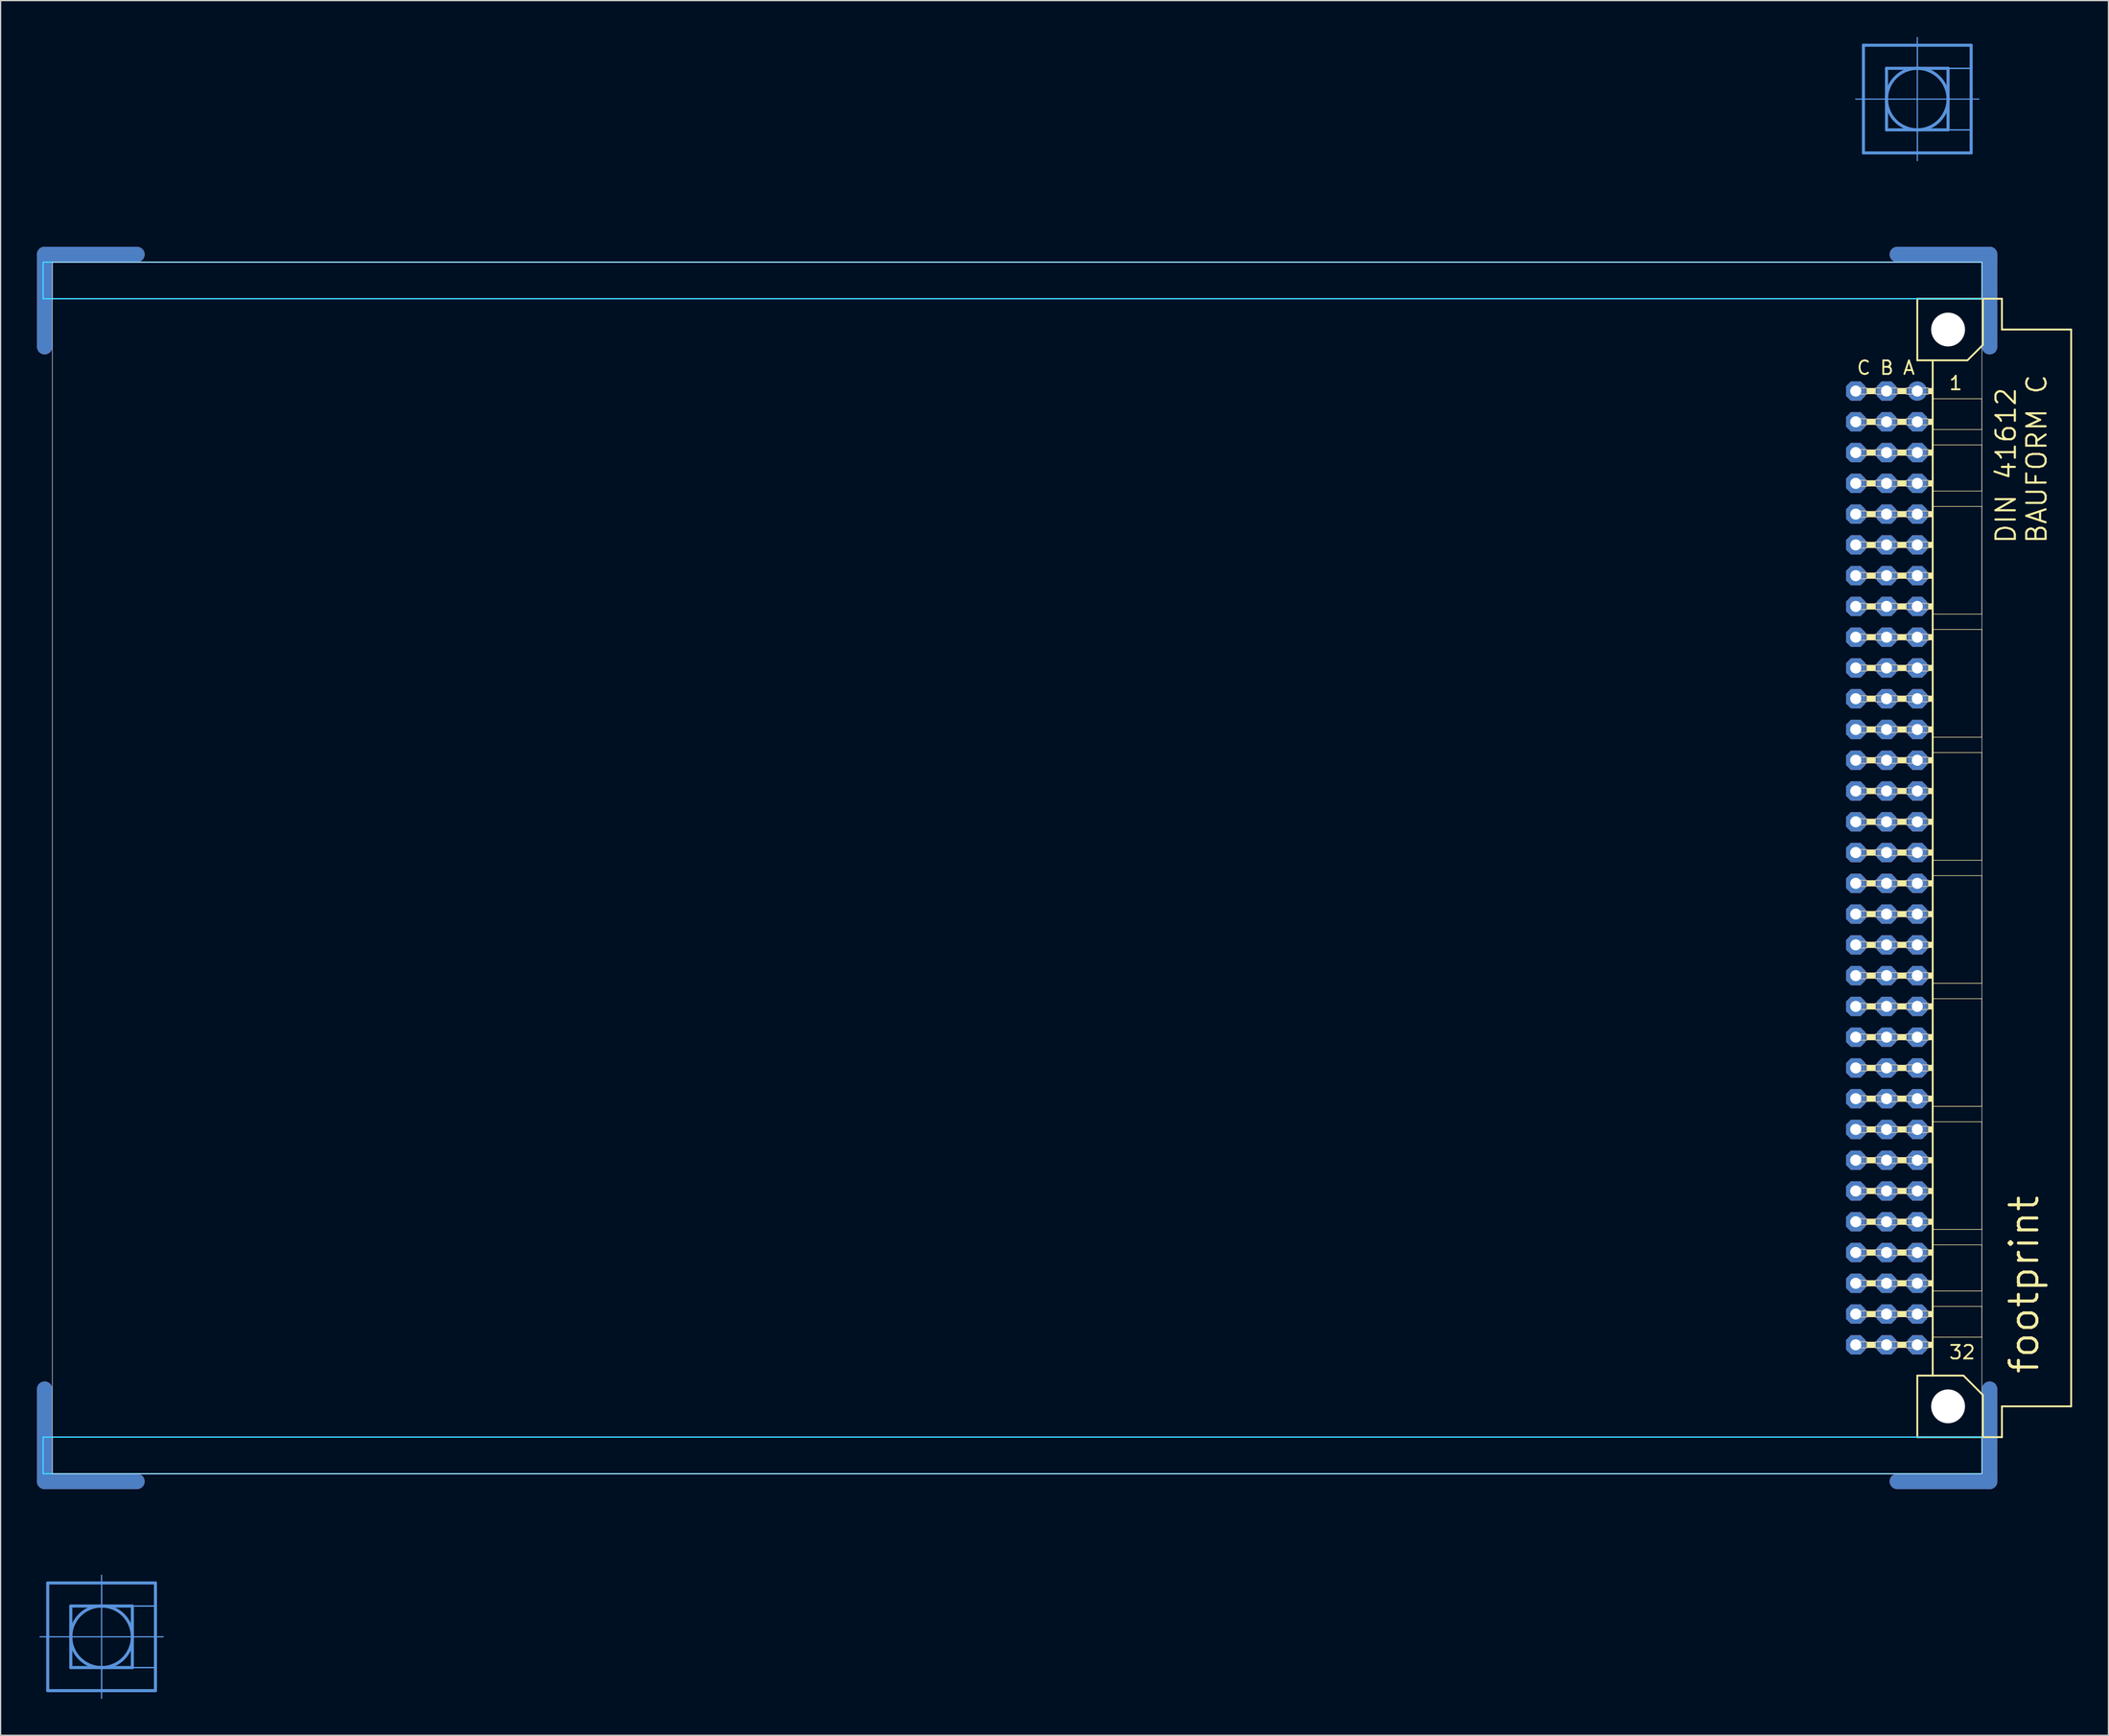
<source format=kicad_pcb>
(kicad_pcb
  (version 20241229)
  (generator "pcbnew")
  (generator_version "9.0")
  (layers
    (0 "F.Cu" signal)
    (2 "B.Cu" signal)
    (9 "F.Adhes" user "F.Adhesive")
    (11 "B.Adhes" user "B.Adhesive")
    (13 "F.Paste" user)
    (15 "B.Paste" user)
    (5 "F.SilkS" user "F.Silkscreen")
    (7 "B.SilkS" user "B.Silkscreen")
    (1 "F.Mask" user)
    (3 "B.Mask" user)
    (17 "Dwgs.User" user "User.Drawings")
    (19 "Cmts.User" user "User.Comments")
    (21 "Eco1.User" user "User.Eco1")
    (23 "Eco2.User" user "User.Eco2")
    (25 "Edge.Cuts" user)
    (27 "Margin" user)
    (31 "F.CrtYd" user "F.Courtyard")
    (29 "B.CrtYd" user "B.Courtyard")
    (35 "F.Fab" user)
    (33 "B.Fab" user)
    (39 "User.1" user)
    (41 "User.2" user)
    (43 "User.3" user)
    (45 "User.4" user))
  (footprint "footprint"
    (layer "F.Cu")
    (at 0.254 68.605)
    (property "Reference" "footprint" (at 165.1 41.91 90) (layer "F.SilkS") (effects (font (size 2.286 2.286) (thickness 0.254)) (justify left bottom)))
    (fp_line (start 0.381 -43.028) (end 0.381 -50.648) (stroke (width 1.27) (type solid)) (layer "F.Cu"))
    (fp_line (start 0.381 43.028) (end 0.381 50.648) (stroke (width 1.27) (type solid)) (layer "F.Cu"))
    (fp_line (start 8.001 -50.648) (end 0.381 -50.648) (stroke (width 1.27) (type solid)) (layer "F.Cu"))
    (fp_line (start 8.001 50.648) (end 0.381 50.648) (stroke (width 1.27) (type solid)) (layer "F.Cu"))
    (fp_line (start 153.289 -50.648) (end 160.909 -50.648) (stroke (width 1.27) (type solid)) (layer "F.Cu"))
    (fp_line (start 153.289 50.648) (end 160.909 50.648) (stroke (width 1.27) (type solid)) (layer "F.Cu"))
    (fp_line (start 160.909 -43.028) (end 160.909 -50.648) (stroke (width 1.27) (type solid)) (layer "F.Cu"))
    (fp_line (start 160.909 43.028) (end 160.909 50.648) (stroke (width 1.27) (type solid)) (layer "F.Cu"))
    (fp_line (start 1.016 -42.393) (end 1.016 -50.013) (stroke (width 0.152) (type solid)) (layer "F.Mask"))
    (fp_line (start 1.016 42.393) (end 1.016 50.013) (stroke (width 0.152) (type solid)) (layer "F.Mask"))
    (fp_line (start 8.636 -50.013) (end 1.016 -50.013) (stroke (width 0.152) (type solid)) (layer "F.Mask"))
    (fp_line (start 8.636 50.013) (end 1.016 50.013) (stroke (width 0.152) (type solid)) (layer "F.Mask"))
    (fp_line (start 152.654 -50.013) (end 160.274 -50.013) (stroke (width 0.152) (type solid)) (layer "F.Mask"))
    (fp_line (start 152.654 50.013) (end 160.274 50.013) (stroke (width 0.152) (type solid)) (layer "F.Mask"))
    (fp_line (start 160.274 -42.393) (end 160.274 -50.013) (stroke (width 0.152) (type solid)) (layer "F.Mask"))
    (fp_line (start 160.274 42.393) (end 160.274 50.013) (stroke (width 0.152) (type solid)) (layer "F.Mask"))
    (fp_line (start 0.381 -43.028) (end 0.381 -50.648) (stroke (width 1.27) (type solid)) (layer "B.Cu"))
    (fp_line (start 0.381 43.028) (end 0.381 50.648) (stroke (width 1.27) (type solid)) (layer "B.Cu"))
    (fp_line (start 8.001 -50.648) (end 0.381 -50.648) (stroke (width 1.27) (type solid)) (layer "B.Cu"))
    (fp_line (start 8.001 50.648) (end 0.381 50.648) (stroke (width 1.27) (type solid)) (layer "B.Cu"))
    (fp_line (start 153.289 -50.648) (end 160.909 -50.648) (stroke (width 1.27) (type solid)) (layer "B.Cu"))
    (fp_line (start 153.289 50.648) (end 160.909 50.648) (stroke (width 1.27) (type solid)) (layer "B.Cu"))
    (fp_line (start 160.909 -43.028) (end 160.909 -50.648) (stroke (width 1.27) (type solid)) (layer "B.Cu"))
    (fp_line (start 160.909 43.028) (end 160.909 50.648) (stroke (width 1.27) (type solid)) (layer "B.Cu"))
    (fp_line (start 1.016 -50.013) (end 8.636 -50.013) (stroke (width 0.152) (type solid)) (layer "B.Mask"))
    (fp_line (start 1.016 -42.393) (end 1.016 -50.013) (stroke (width 0.152) (type solid)) (layer "B.Mask"))
    (fp_line (start 1.016 50.013) (end 1.016 42.393) (stroke (width 0.152) (type solid)) (layer "B.Mask"))
    (fp_line (start 8.636 50.013) (end 1.016 50.013) (stroke (width 0.152) (type solid)) (layer "B.Mask"))
    (fp_line (start 152.654 -50.013) (end 160.274 -50.013) (stroke (width 0.152) (type solid)) (layer "B.Mask"))
    (fp_line (start 160.274 -50.013) (end 160.274 -42.393) (stroke (width 0.152) (type solid)) (layer "B.Mask"))
    (fp_line (start 160.274 42.393) (end 160.274 50.013) (stroke (width 0.152) (type solid)) (layer "B.Mask"))
    (fp_line (start 160.274 50.013) (end 152.654 50.013) (stroke (width 0.152) (type solid)) (layer "B.Mask"))
    (fp_line (start 154.94 -46.99) (end 154.94 -41.91) (stroke (width 0.152) (type solid)) (layer "F.SilkS"))
    (fp_line (start 154.94 -41.91) (end 156.21 -41.91) (stroke (width 0.152) (type solid)) (layer "F.SilkS"))
    (fp_line (start 154.94 41.91) (end 154.94 46.99) (stroke (width 0.152) (type solid)) (layer "F.SilkS"))
    (fp_line (start 154.94 41.91) (end 156.21 41.91) (stroke (width 0.152) (type solid)) (layer "F.SilkS"))
    (fp_line (start 154.94 46.99) (end 160.35 46.99) (stroke (width 0.152) (type solid)) (layer "F.SilkS"))
    (fp_line (start 156.21 -41.91) (end 156.21 -38.735) (stroke (width 0.152) (type solid)) (layer "F.SilkS"))
    (fp_line (start 156.21 -41.91) (end 159.08 -41.91) (stroke (width 0.152) (type solid)) (layer "F.SilkS"))
    (fp_line (start 156.21 -38.735) (end 156.21 -36.195) (stroke (width 0.152) (type solid)) (layer "F.SilkS"))
    (fp_line (start 156.21 -36.195) (end 156.21 -34.925) (stroke (width 0.152) (type solid)) (layer "F.SilkS"))
    (fp_line (start 156.21 -34.925) (end 156.21 -31.115) (stroke (width 0.152) (type solid)) (layer "F.SilkS"))
    (fp_line (start 156.21 -31.115) (end 156.21 -29.845) (stroke (width 0.152) (type solid)) (layer "F.SilkS"))
    (fp_line (start 156.21 -29.845) (end 156.21 -20.955) (stroke (width 0.152) (type solid)) (layer "F.SilkS"))
    (fp_line (start 156.21 -20.955) (end 156.21 -19.685) (stroke (width 0.152) (type solid)) (layer "F.SilkS"))
    (fp_line (start 156.21 -19.685) (end 156.21 -10.795) (stroke (width 0.152) (type solid)) (layer "F.SilkS"))
    (fp_line (start 156.21 -10.795) (end 156.21 -9.525) (stroke (width 0.152) (type solid)) (layer "F.SilkS"))
    (fp_line (start 156.21 -9.525) (end 156.21 -0.635) (stroke (width 0.152) (type solid)) (layer "F.SilkS"))
    (fp_line (start 156.21 -0.635) (end 156.21 0.635) (stroke (width 0.152) (type solid)) (layer "F.SilkS"))
    (fp_line (start 156.21 0.635) (end 156.21 9.525) (stroke (width 0.152) (type solid)) (layer "F.SilkS"))
    (fp_line (start 156.21 9.525) (end 156.21 10.795) (stroke (width 0.152) (type solid)) (layer "F.SilkS"))
    (fp_line (start 156.21 10.795) (end 156.21 19.685) (stroke (width 0.152) (type solid)) (layer "F.SilkS"))
    (fp_line (start 156.21 19.685) (end 156.21 20.955) (stroke (width 0.152) (type solid)) (layer "F.SilkS"))
    (fp_line (start 156.21 20.955) (end 156.21 29.845) (stroke (width 0.152) (type solid)) (layer "F.SilkS"))
    (fp_line (start 156.21 29.845) (end 156.21 31.115) (stroke (width 0.152) (type solid)) (layer "F.SilkS"))
    (fp_line (start 156.21 31.115) (end 156.21 34.925) (stroke (width 0.152) (type solid)) (layer "F.SilkS"))
    (fp_line (start 156.21 34.925) (end 156.21 36.195) (stroke (width 0.152) (type solid)) (layer "F.SilkS"))
    (fp_line (start 156.21 36.195) (end 156.21 38.735) (stroke (width 0.152) (type solid)) (layer "F.SilkS"))
    (fp_line (start 156.21 38.735) (end 156.21 41.91) (stroke (width 0.152) (type solid)) (layer "F.SilkS"))
    (fp_line (start 156.21 41.91) (end 158.75 41.91) (stroke (width 0.152) (type solid)) (layer "F.SilkS"))
    (fp_line (start 159.08 -41.91) (end 160.35 -43.18) (stroke (width 0.152) (type solid)) (layer "F.SilkS"))
    (fp_line (start 160.274 -38.735) (end 156.21 -38.735) (stroke (width 0.051) (type solid)) (layer "F.SilkS"))
    (fp_line (start 160.274 -38.735) (end 160.274 -36.195) (stroke (width 0.051) (type solid)) (layer "F.SilkS"))
    (fp_line (start 160.274 -36.195) (end 156.21 -36.195) (stroke (width 0.051) (type solid)) (layer "F.SilkS"))
    (fp_line (start 160.274 -34.925) (end 156.21 -34.925) (stroke (width 0.051) (type solid)) (layer "F.SilkS"))
    (fp_line (start 160.274 -34.925) (end 160.274 -31.115) (stroke (width 0.051) (type solid)) (layer "F.SilkS"))
    (fp_line (start 160.274 -31.115) (end 156.21 -31.115) (stroke (width 0.051) (type solid)) (layer "F.SilkS"))
    (fp_line (start 160.274 -29.845) (end 156.21 -29.845) (stroke (width 0.051) (type solid)) (layer "F.SilkS"))
    (fp_line (start 160.274 -29.845) (end 160.274 -20.955) (stroke (width 0.051) (type solid)) (layer "F.SilkS"))
    (fp_line (start 160.274 -20.955) (end 156.21 -20.955) (stroke (width 0.051) (type solid)) (layer "F.SilkS"))
    (fp_line (start 160.274 -19.685) (end 156.21 -19.685) (stroke (width 0.051) (type solid)) (layer "F.SilkS"))
    (fp_line (start 160.274 -19.685) (end 160.274 -10.795) (stroke (width 0.051) (type solid)) (layer "F.SilkS"))
    (fp_line (start 160.274 -10.795) (end 156.21 -10.795) (stroke (width 0.051) (type solid)) (layer "F.SilkS"))
    (fp_line (start 160.274 -9.525) (end 156.21 -9.525) (stroke (width 0.051) (type solid)) (layer "F.SilkS"))
    (fp_line (start 160.274 -9.525) (end 160.274 -0.635) (stroke (width 0.051) (type solid)) (layer "F.SilkS"))
    (fp_line (start 160.274 -0.635) (end 156.21 -0.635) (stroke (width 0.051) (type solid)) (layer "F.SilkS"))
    (fp_line (start 160.274 0.635) (end 156.21 0.635) (stroke (width 0.051) (type solid)) (layer "F.SilkS"))
    (fp_line (start 160.274 0.635) (end 160.274 9.525) (stroke (width 0.051) (type solid)) (layer "F.SilkS"))
    (fp_line (start 160.274 9.525) (end 156.21 9.525) (stroke (width 0.051) (type solid)) (layer "F.SilkS"))
    (fp_line (start 160.274 10.795) (end 156.21 10.795) (stroke (width 0.051) (type solid)) (layer "F.SilkS"))
    (fp_line (start 160.274 10.795) (end 160.274 19.685) (stroke (width 0.051) (type solid)) (layer "F.SilkS"))
    (fp_line (start 160.274 19.685) (end 156.21 19.685) (stroke (width 0.051) (type solid)) (layer "F.SilkS"))
    (fp_line (start 160.274 20.955) (end 156.21 20.955) (stroke (width 0.051) (type solid)) (layer "F.SilkS"))
    (fp_line (start 160.274 20.955) (end 160.274 29.845) (stroke (width 0.051) (type solid)) (layer "F.SilkS"))
    (fp_line (start 160.274 29.845) (end 156.21 29.845) (stroke (width 0.051) (type solid)) (layer "F.SilkS"))
    (fp_line (start 160.274 31.115) (end 156.21 31.115) (stroke (width 0.051) (type solid)) (layer "F.SilkS"))
    (fp_line (start 160.274 31.115) (end 160.274 34.925) (stroke (width 0.051) (type solid)) (layer "F.SilkS"))
    (fp_line (start 160.274 34.925) (end 156.21 34.925) (stroke (width 0.051) (type solid)) (layer "F.SilkS"))
    (fp_line (start 160.274 36.195) (end 156.21 36.195) (stroke (width 0.051) (type solid)) (layer "F.SilkS"))
    (fp_line (start 160.274 36.195) (end 160.274 38.735) (stroke (width 0.051) (type solid)) (layer "F.SilkS"))
    (fp_line (start 160.274 38.735) (end 156.21 38.735) (stroke (width 0.051) (type solid)) (layer "F.SilkS"))
    (fp_line (start 160.35 -46.99) (end 154.94 -46.99) (stroke (width 0.152) (type solid)) (layer "F.SilkS"))
    (fp_line (start 160.35 -43.18) (end 160.35 -46.99) (stroke (width 0.152) (type solid)) (layer "F.SilkS"))
    (fp_line (start 160.35 43.51) (end 158.75 41.91) (stroke (width 0.152) (type solid)) (layer "F.SilkS"))
    (fp_line (start 160.35 43.51) (end 160.35 46.99) (stroke (width 0.152) (type solid)) (layer "F.SilkS"))
    (fp_line (start 160.35 46.99) (end 161.925 46.99) (stroke (width 0.152) (type solid)) (layer "F.SilkS"))
    (fp_line (start 161.925 -46.99) (end 160.35 -46.99) (stroke (width 0.152) (type solid)) (layer "F.SilkS"))
    (fp_line (start 161.925 -44.45) (end 161.925 -46.99) (stroke (width 0.152) (type solid)) (layer "F.SilkS"))
    (fp_line (start 161.925 44.45) (end 167.64 44.45) (stroke (width 0.152) (type solid)) (layer "F.SilkS"))
    (fp_line (start 161.925 46.99) (end 161.925 44.45) (stroke (width 0.152) (type solid)) (layer "F.SilkS"))
    (fp_line (start 167.64 -44.45) (end 161.925 -44.45) (stroke (width 0.152) (type solid)) (layer "F.SilkS"))
    (fp_line (start 167.64 44.45) (end 167.64 -44.45) (stroke (width 0.152) (type solid)) (layer "F.SilkS"))
    (fp_circle (center 157.48 -44.45) (end 158.75 -44.45) (stroke (width 0.152) (type solid)) (fill no) (layer "F.SilkS"))
    (fp_circle (center 157.48 44.45) (end 158.75 44.45) (stroke (width 0.152) (type solid)) (fill no) (layer "F.SilkS"))
    (fp_poly (pts (xy 150.749 -39.116) (xy 151.511 -39.116) (xy 151.511 -39.624) (xy 150.749 -39.624)) (stroke (width 0) (type solid)) (fill yes) (layer "F.SilkS"))
    (fp_poly (pts (xy 150.749 -36.576) (xy 151.511 -36.576) (xy 151.511 -37.084) (xy 150.749 -37.084)) (stroke (width 0) (type solid)) (fill yes) (layer "F.SilkS"))
    (fp_poly (pts (xy 150.749 -34.036) (xy 151.511 -34.036) (xy 151.511 -34.544) (xy 150.749 -34.544)) (stroke (width 0) (type solid)) (fill yes) (layer "F.SilkS"))
    (fp_poly (pts (xy 150.749 -31.496) (xy 151.511 -31.496) (xy 151.511 -32.004) (xy 150.749 -32.004)) (stroke (width 0) (type solid)) (fill yes) (layer "F.SilkS"))
    (fp_poly (pts (xy 150.749 -28.956) (xy 151.511 -28.956) (xy 151.511 -29.464) (xy 150.749 -29.464)) (stroke (width 0) (type solid)) (fill yes) (layer "F.SilkS"))
    (fp_poly (pts (xy 150.749 -26.416) (xy 151.511 -26.416) (xy 151.511 -26.924) (xy 150.749 -26.924)) (stroke (width 0) (type solid)) (fill yes) (layer "F.SilkS"))
    (fp_poly (pts (xy 150.749 -23.876) (xy 151.511 -23.876) (xy 151.511 -24.384) (xy 150.749 -24.384)) (stroke (width 0) (type solid)) (fill yes) (layer "F.SilkS"))
    (fp_poly (pts (xy 150.749 -21.336) (xy 151.511 -21.336) (xy 151.511 -21.844) (xy 150.749 -21.844)) (stroke (width 0) (type solid)) (fill yes) (layer "F.SilkS"))
    (fp_poly (pts (xy 150.749 -18.796) (xy 151.511 -18.796) (xy 151.511 -19.304) (xy 150.749 -19.304)) (stroke (width 0) (type solid)) (fill yes) (layer "F.SilkS"))
    (fp_poly (pts (xy 150.749 -16.256) (xy 151.511 -16.256) (xy 151.511 -16.764) (xy 150.749 -16.764)) (stroke (width 0) (type solid)) (fill yes) (layer "F.SilkS"))
    (fp_poly (pts (xy 150.749 -13.716) (xy 151.511 -13.716) (xy 151.511 -14.224) (xy 150.749 -14.224)) (stroke (width 0) (type solid)) (fill yes) (layer "F.SilkS"))
    (fp_poly (pts (xy 150.749 -11.176) (xy 151.511 -11.176) (xy 151.511 -11.684) (xy 150.749 -11.684)) (stroke (width 0) (type solid)) (fill yes) (layer "F.SilkS"))
    (fp_poly (pts (xy 150.749 -8.636) (xy 151.511 -8.636) (xy 151.511 -9.144) (xy 150.749 -9.144)) (stroke (width 0) (type solid)) (fill yes) (layer "F.SilkS"))
    (fp_poly (pts (xy 150.749 -6.096) (xy 151.511 -6.096) (xy 151.511 -6.604) (xy 150.749 -6.604)) (stroke (width 0) (type solid)) (fill yes) (layer "F.SilkS"))
    (fp_poly (pts (xy 150.749 -3.556) (xy 151.511 -3.556) (xy 151.511 -4.064) (xy 150.749 -4.064)) (stroke (width 0) (type solid)) (fill yes) (layer "F.SilkS"))
    (fp_poly (pts (xy 150.749 -1.016) (xy 151.511 -1.016) (xy 151.511 -1.524) (xy 150.749 -1.524)) (stroke (width 0) (type solid)) (fill yes) (layer "F.SilkS"))
    (fp_poly (pts (xy 150.749 1.524) (xy 151.511 1.524) (xy 151.511 1.016) (xy 150.749 1.016)) (stroke (width 0) (type solid)) (fill yes) (layer "F.SilkS"))
    (fp_poly (pts (xy 150.749 4.064) (xy 151.511 4.064) (xy 151.511 3.556) (xy 150.749 3.556)) (stroke (width 0) (type solid)) (fill yes) (layer "F.SilkS"))
    (fp_poly (pts (xy 150.749 6.604) (xy 151.511 6.604) (xy 151.511 6.096) (xy 150.749 6.096)) (stroke (width 0) (type solid)) (fill yes) (layer "F.SilkS"))
    (fp_poly (pts (xy 150.749 9.144) (xy 151.511 9.144) (xy 151.511 8.636) (xy 150.749 8.636)) (stroke (width 0) (type solid)) (fill yes) (layer "F.SilkS"))
    (fp_poly (pts (xy 150.749 11.684) (xy 151.511 11.684) (xy 151.511 11.176) (xy 150.749 11.176)) (stroke (width 0) (type solid)) (fill yes) (layer "F.SilkS"))
    (fp_poly (pts (xy 150.749 14.224) (xy 151.511 14.224) (xy 151.511 13.716) (xy 150.749 13.716)) (stroke (width 0) (type solid)) (fill yes) (layer "F.SilkS"))
    (fp_poly (pts (xy 150.749 16.764) (xy 151.511 16.764) (xy 151.511 16.256) (xy 150.749 16.256)) (stroke (width 0) (type solid)) (fill yes) (layer "F.SilkS"))
    (fp_poly (pts (xy 150.749 19.304) (xy 151.511 19.304) (xy 151.511 18.796) (xy 150.749 18.796)) (stroke (width 0) (type solid)) (fill yes) (layer "F.SilkS"))
    (fp_poly (pts (xy 150.749 21.844) (xy 151.511 21.844) (xy 151.511 21.336) (xy 150.749 21.336)) (stroke (width 0) (type solid)) (fill yes) (layer "F.SilkS"))
    (fp_poly (pts (xy 150.749 24.384) (xy 151.511 24.384) (xy 151.511 23.876) (xy 150.749 23.876)) (stroke (width 0) (type solid)) (fill yes) (layer "F.SilkS"))
    (fp_poly (pts (xy 150.749 26.924) (xy 151.511 26.924) (xy 151.511 26.416) (xy 150.749 26.416)) (stroke (width 0) (type solid)) (fill yes) (layer "F.SilkS"))
    (fp_poly (pts (xy 150.749 29.464) (xy 151.511 29.464) (xy 151.511 28.956) (xy 150.749 28.956)) (stroke (width 0) (type solid)) (fill yes) (layer "F.SilkS"))
    (fp_poly (pts (xy 150.749 32.004) (xy 151.511 32.004) (xy 151.511 31.496) (xy 150.749 31.496)) (stroke (width 0) (type solid)) (fill yes) (layer "F.SilkS"))
    (fp_poly (pts (xy 150.749 34.544) (xy 151.511 34.544) (xy 151.511 34.036) (xy 150.749 34.036)) (stroke (width 0) (type solid)) (fill yes) (layer "F.SilkS"))
    (fp_poly (pts (xy 150.749 37.084) (xy 151.511 37.084) (xy 151.511 36.576) (xy 150.749 36.576)) (stroke (width 0) (type solid)) (fill yes) (layer "F.SilkS"))
    (fp_poly (pts (xy 150.749 39.624) (xy 151.511 39.624) (xy 151.511 39.116) (xy 150.749 39.116)) (stroke (width 0) (type solid)) (fill yes) (layer "F.SilkS"))
    (fp_poly (pts (xy 153.289 -39.116) (xy 154.051 -39.116) (xy 154.051 -39.624) (xy 153.289 -39.624)) (stroke (width 0) (type solid)) (fill yes) (layer "F.SilkS"))
    (fp_poly (pts (xy 153.289 -36.576) (xy 154.051 -36.576) (xy 154.051 -37.084) (xy 153.289 -37.084)) (stroke (width 0) (type solid)) (fill yes) (layer "F.SilkS"))
    (fp_poly (pts (xy 153.289 -34.036) (xy 154.051 -34.036) (xy 154.051 -34.544) (xy 153.289 -34.544)) (stroke (width 0) (type solid)) (fill yes) (layer "F.SilkS"))
    (fp_poly (pts (xy 153.289 -31.496) (xy 154.051 -31.496) (xy 154.051 -32.004) (xy 153.289 -32.004)) (stroke (width 0) (type solid)) (fill yes) (layer "F.SilkS"))
    (fp_poly (pts (xy 153.289 -28.956) (xy 154.051 -28.956) (xy 154.051 -29.464) (xy 153.289 -29.464)) (stroke (width 0) (type solid)) (fill yes) (layer "F.SilkS"))
    (fp_poly (pts (xy 153.289 -26.416) (xy 154.051 -26.416) (xy 154.051 -26.924) (xy 153.289 -26.924)) (stroke (width 0) (type solid)) (fill yes) (layer "F.SilkS"))
    (fp_poly (pts (xy 153.289 -23.876) (xy 154.051 -23.876) (xy 154.051 -24.384) (xy 153.289 -24.384)) (stroke (width 0) (type solid)) (fill yes) (layer "F.SilkS"))
    (fp_poly (pts (xy 153.289 -21.336) (xy 154.051 -21.336) (xy 154.051 -21.844) (xy 153.289 -21.844)) (stroke (width 0) (type solid)) (fill yes) (layer "F.SilkS"))
    (fp_poly (pts (xy 153.289 -18.796) (xy 154.051 -18.796) (xy 154.051 -19.304) (xy 153.289 -19.304)) (stroke (width 0) (type solid)) (fill yes) (layer "F.SilkS"))
    (fp_poly (pts (xy 153.289 -16.256) (xy 154.051 -16.256) (xy 154.051 -16.764) (xy 153.289 -16.764)) (stroke (width 0) (type solid)) (fill yes) (layer "F.SilkS"))
    (fp_poly (pts (xy 153.289 -13.716) (xy 154.051 -13.716) (xy 154.051 -14.224) (xy 153.289 -14.224)) (stroke (width 0) (type solid)) (fill yes) (layer "F.SilkS"))
    (fp_poly (pts (xy 153.289 -11.176) (xy 154.051 -11.176) (xy 154.051 -11.684) (xy 153.289 -11.684)) (stroke (width 0) (type solid)) (fill yes) (layer "F.SilkS"))
    (fp_poly (pts (xy 153.289 -8.636) (xy 154.051 -8.636) (xy 154.051 -9.144) (xy 153.289 -9.144)) (stroke (width 0) (type solid)) (fill yes) (layer "F.SilkS"))
    (fp_poly (pts (xy 153.289 -6.096) (xy 154.051 -6.096) (xy 154.051 -6.604) (xy 153.289 -6.604)) (stroke (width 0) (type solid)) (fill yes) (layer "F.SilkS"))
    (fp_poly (pts (xy 153.289 -3.556) (xy 154.051 -3.556) (xy 154.051 -4.064) (xy 153.289 -4.064)) (stroke (width 0) (type solid)) (fill yes) (layer "F.SilkS"))
    (fp_poly (pts (xy 153.289 -1.016) (xy 154.051 -1.016) (xy 154.051 -1.524) (xy 153.289 -1.524)) (stroke (width 0) (type solid)) (fill yes) (layer "F.SilkS"))
    (fp_poly (pts (xy 153.289 1.524) (xy 154.051 1.524) (xy 154.051 1.016) (xy 153.289 1.016)) (stroke (width 0) (type solid)) (fill yes) (layer "F.SilkS"))
    (fp_poly (pts (xy 153.289 4.064) (xy 154.051 4.064) (xy 154.051 3.556) (xy 153.289 3.556)) (stroke (width 0) (type solid)) (fill yes) (layer "F.SilkS"))
    (fp_poly (pts (xy 153.289 6.604) (xy 154.051 6.604) (xy 154.051 6.096) (xy 153.289 6.096)) (stroke (width 0) (type solid)) (fill yes) (layer "F.SilkS"))
    (fp_poly (pts (xy 153.289 9.144) (xy 154.051 9.144) (xy 154.051 8.636) (xy 153.289 8.636)) (stroke (width 0) (type solid)) (fill yes) (layer "F.SilkS"))
    (fp_poly (pts (xy 153.289 11.684) (xy 154.051 11.684) (xy 154.051 11.176) (xy 153.289 11.176)) (stroke (width 0) (type solid)) (fill yes) (layer "F.SilkS"))
    (fp_poly (pts (xy 153.289 14.224) (xy 154.051 14.224) (xy 154.051 13.716) (xy 153.289 13.716)) (stroke (width 0) (type solid)) (fill yes) (layer "F.SilkS"))
    (fp_poly (pts (xy 153.289 16.764) (xy 154.051 16.764) (xy 154.051 16.256) (xy 153.289 16.256)) (stroke (width 0) (type solid)) (fill yes) (layer "F.SilkS"))
    (fp_poly (pts (xy 153.289 19.304) (xy 154.051 19.304) (xy 154.051 18.796) (xy 153.289 18.796)) (stroke (width 0) (type solid)) (fill yes) (layer "F.SilkS"))
    (fp_poly (pts (xy 153.289 21.844) (xy 154.051 21.844) (xy 154.051 21.336) (xy 153.289 21.336)) (stroke (width 0) (type solid)) (fill yes) (layer "F.SilkS"))
    (fp_poly (pts (xy 153.289 24.384) (xy 154.051 24.384) (xy 154.051 23.876) (xy 153.289 23.876)) (stroke (width 0) (type solid)) (fill yes) (layer "F.SilkS"))
    (fp_poly (pts (xy 153.289 26.924) (xy 154.051 26.924) (xy 154.051 26.416) (xy 153.289 26.416)) (stroke (width 0) (type solid)) (fill yes) (layer "F.SilkS"))
    (fp_poly (pts (xy 153.289 29.464) (xy 154.051 29.464) (xy 154.051 28.956) (xy 153.289 28.956)) (stroke (width 0) (type solid)) (fill yes) (layer "F.SilkS"))
    (fp_poly (pts (xy 153.289 32.004) (xy 154.051 32.004) (xy 154.051 31.496) (xy 153.289 31.496)) (stroke (width 0) (type solid)) (fill yes) (layer "F.SilkS"))
    (fp_poly (pts (xy 153.289 34.544) (xy 154.051 34.544) (xy 154.051 34.036) (xy 153.289 34.036)) (stroke (width 0) (type solid)) (fill yes) (layer "F.SilkS"))
    (fp_poly (pts (xy 153.289 37.084) (xy 154.051 37.084) (xy 154.051 36.576) (xy 153.289 36.576)) (stroke (width 0) (type solid)) (fill yes) (layer "F.SilkS"))
    (fp_poly (pts (xy 153.289 39.624) (xy 154.051 39.624) (xy 154.051 39.116) (xy 153.289 39.116)) (stroke (width 0) (type solid)) (fill yes) (layer "F.SilkS"))
    (fp_poly (pts (xy 155.829 -39.116) (xy 156.21 -39.116) (xy 156.21 -39.624) (xy 155.829 -39.624)) (stroke (width 0) (type solid)) (fill yes) (layer "F.SilkS"))
    (fp_poly (pts (xy 155.829 -36.576) (xy 156.21 -36.576) (xy 156.21 -37.084) (xy 155.829 -37.084)) (stroke (width 0) (type solid)) (fill yes) (layer "F.SilkS"))
    (fp_poly (pts (xy 155.829 -34.036) (xy 156.21 -34.036) (xy 156.21 -34.544) (xy 155.829 -34.544)) (stroke (width 0) (type solid)) (fill yes) (layer "F.SilkS"))
    (fp_poly (pts (xy 155.829 -31.496) (xy 156.21 -31.496) (xy 156.21 -32.004) (xy 155.829 -32.004)) (stroke (width 0) (type solid)) (fill yes) (layer "F.SilkS"))
    (fp_poly (pts (xy 155.829 -28.956) (xy 156.21 -28.956) (xy 156.21 -29.464) (xy 155.829 -29.464)) (stroke (width 0) (type solid)) (fill yes) (layer "F.SilkS"))
    (fp_poly (pts (xy 155.829 -26.416) (xy 156.21 -26.416) (xy 156.21 -26.924) (xy 155.829 -26.924)) (stroke (width 0) (type solid)) (fill yes) (layer "F.SilkS"))
    (fp_poly (pts (xy 155.829 -23.876) (xy 156.21 -23.876) (xy 156.21 -24.384) (xy 155.829 -24.384)) (stroke (width 0) (type solid)) (fill yes) (layer "F.SilkS"))
    (fp_poly (pts (xy 155.829 -21.336) (xy 156.21 -21.336) (xy 156.21 -21.844) (xy 155.829 -21.844)) (stroke (width 0) (type solid)) (fill yes) (layer "F.SilkS"))
    (fp_poly (pts (xy 155.829 -18.796) (xy 156.21 -18.796) (xy 156.21 -19.304) (xy 155.829 -19.304)) (stroke (width 0) (type solid)) (fill yes) (layer "F.SilkS"))
    (fp_poly (pts (xy 155.829 -16.256) (xy 156.21 -16.256) (xy 156.21 -16.764) (xy 155.829 -16.764)) (stroke (width 0) (type solid)) (fill yes) (layer "F.SilkS"))
    (fp_poly (pts (xy 155.829 -13.716) (xy 156.21 -13.716) (xy 156.21 -14.224) (xy 155.829 -14.224)) (stroke (width 0) (type solid)) (fill yes) (layer "F.SilkS"))
    (fp_poly (pts (xy 155.829 -11.176) (xy 156.21 -11.176) (xy 156.21 -11.684) (xy 155.829 -11.684)) (stroke (width 0) (type solid)) (fill yes) (layer "F.SilkS"))
    (fp_poly (pts (xy 155.829 -8.636) (xy 156.21 -8.636) (xy 156.21 -9.144) (xy 155.829 -9.144)) (stroke (width 0) (type solid)) (fill yes) (layer "F.SilkS"))
    (fp_poly (pts (xy 155.829 -6.096) (xy 156.21 -6.096) (xy 156.21 -6.604) (xy 155.829 -6.604)) (stroke (width 0) (type solid)) (fill yes) (layer "F.SilkS"))
    (fp_poly (pts (xy 155.829 -3.556) (xy 156.21 -3.556) (xy 156.21 -4.064) (xy 155.829 -4.064)) (stroke (width 0) (type solid)) (fill yes) (layer "F.SilkS"))
    (fp_poly (pts (xy 155.829 -1.016) (xy 156.21 -1.016) (xy 156.21 -1.524) (xy 155.829 -1.524)) (stroke (width 0) (type solid)) (fill yes) (layer "F.SilkS"))
    (fp_poly (pts (xy 155.829 1.524) (xy 156.21 1.524) (xy 156.21 1.016) (xy 155.829 1.016)) (stroke (width 0) (type solid)) (fill yes) (layer "F.SilkS"))
    (fp_poly (pts (xy 155.829 4.064) (xy 156.21 4.064) (xy 156.21 3.556) (xy 155.829 3.556)) (stroke (width 0) (type solid)) (fill yes) (layer "F.SilkS"))
    (fp_poly (pts (xy 155.829 6.604) (xy 156.21 6.604) (xy 156.21 6.096) (xy 155.829 6.096)) (stroke (width 0) (type solid)) (fill yes) (layer "F.SilkS"))
    (fp_poly (pts (xy 155.829 9.144) (xy 156.21 9.144) (xy 156.21 8.636) (xy 155.829 8.636)) (stroke (width 0) (type solid)) (fill yes) (layer "F.SilkS"))
    (fp_poly (pts (xy 155.829 11.684) (xy 156.21 11.684) (xy 156.21 11.176) (xy 155.829 11.176)) (stroke (width 0) (type solid)) (fill yes) (layer "F.SilkS"))
    (fp_poly (pts (xy 155.829 14.224) (xy 156.21 14.224) (xy 156.21 13.716) (xy 155.829 13.716)) (stroke (width 0) (type solid)) (fill yes) (layer "F.SilkS"))
    (fp_poly (pts (xy 155.829 16.764) (xy 156.21 16.764) (xy 156.21 16.256) (xy 155.829 16.256)) (stroke (width 0) (type solid)) (fill yes) (layer "F.SilkS"))
    (fp_poly (pts (xy 155.829 19.304) (xy 156.21 19.304) (xy 156.21 18.796) (xy 155.829 18.796)) (stroke (width 0) (type solid)) (fill yes) (layer "F.SilkS"))
    (fp_poly (pts (xy 155.829 21.844) (xy 156.21 21.844) (xy 156.21 21.336) (xy 155.829 21.336)) (stroke (width 0) (type solid)) (fill yes) (layer "F.SilkS"))
    (fp_poly (pts (xy 155.829 24.384) (xy 156.21 24.384) (xy 156.21 23.876) (xy 155.829 23.876)) (stroke (width 0) (type solid)) (fill yes) (layer "F.SilkS"))
    (fp_poly (pts (xy 155.829 26.924) (xy 156.21 26.924) (xy 156.21 26.416) (xy 155.829 26.416)) (stroke (width 0) (type solid)) (fill yes) (layer "F.SilkS"))
    (fp_poly (pts (xy 155.829 29.464) (xy 156.21 29.464) (xy 156.21 28.956) (xy 155.829 28.956)) (stroke (width 0) (type solid)) (fill yes) (layer "F.SilkS"))
    (fp_poly (pts (xy 155.829 32.004) (xy 156.21 32.004) (xy 156.21 31.496) (xy 155.829 31.496)) (stroke (width 0) (type solid)) (fill yes) (layer "F.SilkS"))
    (fp_poly (pts (xy 155.829 34.544) (xy 156.21 34.544) (xy 156.21 34.036) (xy 155.829 34.036)) (stroke (width 0) (type solid)) (fill yes) (layer "F.SilkS"))
    (fp_poly (pts (xy 155.829 37.084) (xy 156.21 37.084) (xy 156.21 36.576) (xy 155.829 36.576)) (stroke (width 0) (type solid)) (fill yes) (layer "F.SilkS"))
    (fp_poly (pts (xy 155.829 39.624) (xy 156.21 39.624) (xy 156.21 39.116) (xy 155.829 39.116)) (stroke (width 0) (type solid)) (fill yes) (layer "F.SilkS"))
    (fp_line (start 0 63.475) (end 0.635 63.475) (stroke (width 0.102) (type solid)) (layer "Cmts.User"))
    (fp_line (start 0.635 59.03) (end 9.525 59.03) (stroke (width 0.254) (type solid)) (layer "Cmts.User"))
    (fp_line (start 0.635 63.475) (end 0.635 59.03) (stroke (width 0.254) (type solid)) (layer "Cmts.User"))
    (fp_line (start 0.635 63.475) (end 10.16 63.475) (stroke (width 0.102) (type solid)) (layer "Cmts.User"))
    (fp_line (start 0.635 67.92) (end 0.635 63.475) (stroke (width 0.254) (type solid)) (layer "Cmts.User"))
    (fp_line (start 2.54 60.935) (end 2.54 66.015) (stroke (width 0.254) (type solid)) (layer "Cmts.User"))
    (fp_line (start 2.54 66.015) (end 7.62 66.015) (stroke (width 0.254) (type solid)) (layer "Cmts.User"))
    (fp_line (start 5.08 68.555) (end 5.08 58.395) (stroke (width 0.102) (type solid)) (layer "Cmts.User"))
    (fp_line (start 7.62 60.935) (end 2.54 60.935) (stroke (width 0.254) (type solid)) (layer "Cmts.User"))
    (fp_line (start 7.62 66.015) (end 7.62 60.935) (stroke (width 0.254) (type solid)) (layer "Cmts.User"))
    (fp_line (start 9.525 59.03) (end 9.525 67.92) (stroke (width 0.254) (type solid)) (layer "Cmts.User"))
    (fp_line (start 9.525 67.92) (end 0.635 67.92) (stroke (width 0.254) (type solid)) (layer "Cmts.User"))
    (fp_line (start 149.86 -63.475) (end 150.495 -63.475) (stroke (width 0.102) (type solid)) (layer "Cmts.User"))
    (fp_line (start 150.495 -67.92) (end 159.385 -67.92) (stroke (width 0.254) (type solid)) (layer "Cmts.User"))
    (fp_line (start 150.495 -63.475) (end 150.495 -67.92) (stroke (width 0.254) (type solid)) (layer "Cmts.User"))
    (fp_line (start 150.495 -63.475) (end 160.02 -63.475) (stroke (width 0.102) (type solid)) (layer "Cmts.User"))
    (fp_line (start 150.495 -59.03) (end 150.495 -63.475) (stroke (width 0.254) (type solid)) (layer "Cmts.User"))
    (fp_line (start 152.4 -66.015) (end 152.4 -60.935) (stroke (width 0.254) (type solid)) (layer "Cmts.User"))
    (fp_line (start 152.4 -60.935) (end 157.48 -60.935) (stroke (width 0.254) (type solid)) (layer "Cmts.User"))
    (fp_line (start 154.94 -58.395) (end 154.94 -68.555) (stroke (width 0.102) (type solid)) (layer "Cmts.User"))
    (fp_line (start 157.48 -66.015) (end 152.4 -66.015) (stroke (width 0.254) (type solid)) (layer "Cmts.User"))
    (fp_line (start 157.48 -60.935) (end 157.48 -66.015) (stroke (width 0.254) (type solid)) (layer "Cmts.User"))
    (fp_line (start 159.385 -67.92) (end 159.385 -59.03) (stroke (width 0.254) (type solid)) (layer "Cmts.User"))
    (fp_line (start 159.385 -59.03) (end 150.495 -59.03) (stroke (width 0.254) (type solid)) (layer "Cmts.User"))
    (fp_circle (center 5.08 63.475) (end 7.62 63.475) (stroke (width 0.254) (type solid)) (fill no) (layer "Cmts.User"))
    (fp_circle (center 154.94 -63.475) (end 157.48 -63.475) (stroke (width 0.254) (type solid)) (fill no) (layer "Cmts.User"))
    (fp_poly (pts (xy 5.08 60.935) (xy 9.525 60.935) (xy 9.525 59.03) (xy 5.08 59.03)) (stroke (width 0.1) (type solid)) (fill no) (layer "Cmts.User"))
    (fp_poly (pts (xy 5.08 67.92) (xy 9.525 67.92) (xy 9.525 66.015) (xy 5.08 66.015)) (stroke (width 0.1) (type solid)) (fill no) (layer "Cmts.User"))
    (fp_poly (pts (xy 7.62 66.015) (xy 9.525 66.015) (xy 9.525 60.935) (xy 7.62 60.935)) (stroke (width 0.1) (type solid)) (fill no) (layer "Cmts.User"))
    (fp_poly (pts (xy 154.94 -66.015) (xy 159.385 -66.015) (xy 159.385 -67.92) (xy 154.94 -67.92)) (stroke (width 0.1) (type solid)) (fill no) (layer "Cmts.User"))
    (fp_poly (pts (xy 154.94 -59.03) (xy 159.385 -59.03) (xy 159.385 -60.935) (xy 154.94 -60.935)) (stroke (width 0.1) (type solid)) (fill no) (layer "Cmts.User"))
    (fp_poly (pts (xy 157.48 -60.935) (xy 159.385 -60.935) (xy 159.385 -66.015) (xy 157.48 -66.015)) (stroke (width 0.1) (type solid)) (fill no) (layer "Cmts.User"))
    (fp_line (start 1.016 -50.013) (end 1.016 50.013) (stroke (width 0.05) (type solid)) (layer "Edge.Cuts"))
    (fp_line (start 1.016 50.013) (end 160.274 50.013) (stroke (width 0.05) (type solid)) (layer "Edge.Cuts"))
    (fp_line (start 160.274 -50.013) (end 1.016 -50.013) (stroke (width 0.05) (type solid)) (layer "Edge.Cuts"))
    (fp_line (start 160.274 50.013) (end 160.274 -50.013) (stroke (width 0.05) (type solid)) (layer "Edge.Cuts"))
    (fp_line (start 1.016 -46.99) (end 1.016 -50.013) (stroke (width 0.051) (type solid)) (layer "B.CrtYd"))
    (fp_line (start 1.016 46.99) (end 1.016 50.013) (stroke (width 0.051) (type solid)) (layer "B.CrtYd"))
    (fp_line (start 160.274 -50.013) (end 160.274 -46.99) (stroke (width 0.051) (type solid)) (layer "B.CrtYd"))
    (fp_line (start 160.274 50.013) (end 160.274 46.99) (stroke (width 0.051) (type solid)) (layer "B.CrtYd"))
    (fp_poly (pts (xy 0.254 -46.99) (xy 160.274 -46.99) (xy 160.274 -50.013) (xy 0.254 -50.013)) (stroke (width 0.1) (type solid)) (fill no) (layer "B.CrtYd"))
    (fp_poly (pts (xy 0.254 50.013) (xy 160.274 50.013) (xy 160.274 46.99) (xy 0.254 46.99)) (stroke (width 0.1) (type solid)) (fill no) (layer "B.CrtYd"))
    (fp_line (start 1.016 -46.99) (end 1.016 -50.013) (stroke (width 0.051) (type solid)) (layer "F.CrtYd"))
    (fp_line (start 1.016 46.99) (end 1.016 50.013) (stroke (width 0.051) (type solid)) (layer "F.CrtYd"))
    (fp_line (start 160.274 -50.013) (end 160.274 -46.99) (stroke (width 0.051) (type solid)) (layer "F.CrtYd"))
    (fp_line (start 160.274 50.013) (end 160.274 46.99) (stroke (width 0.051) (type solid)) (layer "F.CrtYd"))
    (fp_poly (pts (xy 0.254 -46.99) (xy 160.274 -46.99) (xy 160.274 -50.013) (xy 0.254 -50.013)) (stroke (width 0.1) (type solid)) (fill no) (layer "F.CrtYd"))
    (fp_poly (pts (xy 0.254 50.013) (xy 160.274 50.013) (xy 160.274 46.99) (xy 0.254 46.99)) (stroke (width 0.1) (type solid)) (fill no) (layer "F.CrtYd"))
    (fp_poly (pts (xy 149.606 -39.116) (xy 150.749 -39.116) (xy 150.749 -39.624) (xy 149.606 -39.624)) (stroke (width 0.1) (type solid)) (fill no) (layer "F.Fab"))
    (fp_poly (pts (xy 149.606 -36.576) (xy 150.749 -36.576) (xy 150.749 -37.084) (xy 149.606 -37.084)) (stroke (width 0.1) (type solid)) (fill no) (layer "F.Fab"))
    (fp_poly (pts (xy 149.606 -34.036) (xy 150.749 -34.036) (xy 150.749 -34.544) (xy 149.606 -34.544)) (stroke (width 0.1) (type solid)) (fill no) (layer "F.Fab"))
    (fp_poly (pts (xy 149.606 -31.496) (xy 150.749 -31.496) (xy 150.749 -32.004) (xy 149.606 -32.004)) (stroke (width 0.1) (type solid)) (fill no) (layer "F.Fab"))
    (fp_poly (pts (xy 149.606 -28.956) (xy 150.749 -28.956) (xy 150.749 -29.464) (xy 149.606 -29.464)) (stroke (width 0.1) (type solid)) (fill no) (layer "F.Fab"))
    (fp_poly (pts (xy 149.606 -26.416) (xy 150.749 -26.416) (xy 150.749 -26.924) (xy 149.606 -26.924)) (stroke (width 0.1) (type solid)) (fill no) (layer "F.Fab"))
    (fp_poly (pts (xy 149.606 -23.876) (xy 150.749 -23.876) (xy 150.749 -24.384) (xy 149.606 -24.384)) (stroke (width 0.1) (type solid)) (fill no) (layer "F.Fab"))
    (fp_poly (pts (xy 149.606 -21.336) (xy 150.749 -21.336) (xy 150.749 -21.844) (xy 149.606 -21.844)) (stroke (width 0.1) (type solid)) (fill no) (layer "F.Fab"))
    (fp_poly (pts (xy 149.606 -18.796) (xy 150.749 -18.796) (xy 150.749 -19.304) (xy 149.606 -19.304)) (stroke (width 0.1) (type solid)) (fill no) (layer "F.Fab"))
    (fp_poly (pts (xy 149.606 -16.256) (xy 150.749 -16.256) (xy 150.749 -16.764) (xy 149.606 -16.764)) (stroke (width 0.1) (type solid)) (fill no) (layer "F.Fab"))
    (fp_poly (pts (xy 149.606 -13.716) (xy 150.749 -13.716) (xy 150.749 -14.224) (xy 149.606 -14.224)) (stroke (width 0.1) (type solid)) (fill no) (layer "F.Fab"))
    (fp_poly (pts (xy 149.606 -11.176) (xy 150.749 -11.176) (xy 150.749 -11.684) (xy 149.606 -11.684)) (stroke (width 0.1) (type solid)) (fill no) (layer "F.Fab"))
    (fp_poly (pts (xy 149.606 -8.636) (xy 150.749 -8.636) (xy 150.749 -9.144) (xy 149.606 -9.144)) (stroke (width 0.1) (type solid)) (fill no) (layer "F.Fab"))
    (fp_poly (pts (xy 149.606 -6.096) (xy 150.749 -6.096) (xy 150.749 -6.604) (xy 149.606 -6.604)) (stroke (width 0.1) (type solid)) (fill no) (layer "F.Fab"))
    (fp_poly (pts (xy 149.606 -3.556) (xy 150.749 -3.556) (xy 150.749 -4.064) (xy 149.606 -4.064)) (stroke (width 0.1) (type solid)) (fill no) (layer "F.Fab"))
    (fp_poly (pts (xy 149.606 -1.016) (xy 150.749 -1.016) (xy 150.749 -1.524) (xy 149.606 -1.524)) (stroke (width 0.1) (type solid)) (fill no) (layer "F.Fab"))
    (fp_poly (pts (xy 149.606 1.524) (xy 150.749 1.524) (xy 150.749 1.016) (xy 149.606 1.016)) (stroke (width 0.1) (type solid)) (fill no) (layer "F.Fab"))
    (fp_poly (pts (xy 149.606 4.064) (xy 150.749 4.064) (xy 150.749 3.556) (xy 149.606 3.556)) (stroke (width 0.1) (type solid)) (fill no) (layer "F.Fab"))
    (fp_poly (pts (xy 149.606 6.604) (xy 150.749 6.604) (xy 150.749 6.096) (xy 149.606 6.096)) (stroke (width 0.1) (type solid)) (fill no) (layer "F.Fab"))
    (fp_poly (pts (xy 149.606 9.144) (xy 150.749 9.144) (xy 150.749 8.636) (xy 149.606 8.636)) (stroke (width 0.1) (type solid)) (fill no) (layer "F.Fab"))
    (fp_poly (pts (xy 149.606 11.684) (xy 150.749 11.684) (xy 150.749 11.176) (xy 149.606 11.176)) (stroke (width 0.1) (type solid)) (fill no) (layer "F.Fab"))
    (fp_poly (pts (xy 149.606 14.224) (xy 150.749 14.224) (xy 150.749 13.716) (xy 149.606 13.716)) (stroke (width 0.1) (type solid)) (fill no) (layer "F.Fab"))
    (fp_poly (pts (xy 149.606 16.764) (xy 150.749 16.764) (xy 150.749 16.256) (xy 149.606 16.256)) (stroke (width 0.1) (type solid)) (fill no) (layer "F.Fab"))
    (fp_poly (pts (xy 149.606 19.304) (xy 150.749 19.304) (xy 150.749 18.796) (xy 149.606 18.796)) (stroke (width 0.1) (type solid)) (fill no) (layer "F.Fab"))
    (fp_poly (pts (xy 149.606 21.844) (xy 150.749 21.844) (xy 150.749 21.336) (xy 149.606 21.336)) (stroke (width 0.1) (type solid)) (fill no) (layer "F.Fab"))
    (fp_poly (pts (xy 149.606 24.384) (xy 150.749 24.384) (xy 150.749 23.876) (xy 149.606 23.876)) (stroke (width 0.1) (type solid)) (fill no) (layer "F.Fab"))
    (fp_poly (pts (xy 149.606 26.924) (xy 150.749 26.924) (xy 150.749 26.416) (xy 149.606 26.416)) (stroke (width 0.1) (type solid)) (fill no) (layer "F.Fab"))
    (fp_poly (pts (xy 149.606 29.464) (xy 150.749 29.464) (xy 150.749 28.956) (xy 149.606 28.956)) (stroke (width 0.1) (type solid)) (fill no) (layer "F.Fab"))
    (fp_poly (pts (xy 149.606 32.004) (xy 150.749 32.004) (xy 150.749 31.496) (xy 149.606 31.496)) (stroke (width 0.1) (type solid)) (fill no) (layer "F.Fab"))
    (fp_poly (pts (xy 149.606 34.544) (xy 150.749 34.544) (xy 150.749 34.036) (xy 149.606 34.036)) (stroke (width 0.1) (type solid)) (fill no) (layer "F.Fab"))
    (fp_poly (pts (xy 149.606 37.084) (xy 150.749 37.084) (xy 150.749 36.576) (xy 149.606 36.576)) (stroke (width 0.1) (type solid)) (fill no) (layer "F.Fab"))
    (fp_poly (pts (xy 149.606 39.624) (xy 150.749 39.624) (xy 150.749 39.116) (xy 149.606 39.116)) (stroke (width 0.1) (type solid)) (fill no) (layer "F.Fab"))
    (fp_poly (pts (xy 151.511 -39.116) (xy 153.289 -39.116) (xy 153.289 -39.624) (xy 151.511 -39.624)) (stroke (width 0.1) (type solid)) (fill no) (layer "F.Fab"))
    (fp_poly (pts (xy 151.511 -36.576) (xy 153.289 -36.576) (xy 153.289 -37.084) (xy 151.511 -37.084)) (stroke (width 0.1) (type solid)) (fill no) (layer "F.Fab"))
    (fp_poly (pts (xy 151.511 -34.036) (xy 153.289 -34.036) (xy 153.289 -34.544) (xy 151.511 -34.544)) (stroke (width 0.1) (type solid)) (fill no) (layer "F.Fab"))
    (fp_poly (pts (xy 151.511 -31.496) (xy 153.289 -31.496) (xy 153.289 -32.004) (xy 151.511 -32.004)) (stroke (width 0.1) (type solid)) (fill no) (layer "F.Fab"))
    (fp_poly (pts (xy 151.511 -28.956) (xy 153.289 -28.956) (xy 153.289 -29.464) (xy 151.511 -29.464)) (stroke (width 0.1) (type solid)) (fill no) (layer "F.Fab"))
    (fp_poly (pts (xy 151.511 -26.416) (xy 153.289 -26.416) (xy 153.289 -26.924) (xy 151.511 -26.924)) (stroke (width 0.1) (type solid)) (fill no) (layer "F.Fab"))
    (fp_poly (pts (xy 151.511 -23.876) (xy 153.289 -23.876) (xy 153.289 -24.384) (xy 151.511 -24.384)) (stroke (width 0.1) (type solid)) (fill no) (layer "F.Fab"))
    (fp_poly (pts (xy 151.511 -21.336) (xy 153.289 -21.336) (xy 153.289 -21.844) (xy 151.511 -21.844)) (stroke (width 0.1) (type solid)) (fill no) (layer "F.Fab"))
    (fp_poly (pts (xy 151.511 -18.796) (xy 153.289 -18.796) (xy 153.289 -19.304) (xy 151.511 -19.304)) (stroke (width 0.1) (type solid)) (fill no) (layer "F.Fab"))
    (fp_poly (pts (xy 151.511 -16.256) (xy 153.289 -16.256) (xy 153.289 -16.764) (xy 151.511 -16.764)) (stroke (width 0.1) (type solid)) (fill no) (layer "F.Fab"))
    (fp_poly (pts (xy 151.511 -13.716) (xy 153.289 -13.716) (xy 153.289 -14.224) (xy 151.511 -14.224)) (stroke (width 0.1) (type solid)) (fill no) (layer "F.Fab"))
    (fp_poly (pts (xy 151.511 -11.176) (xy 153.289 -11.176) (xy 153.289 -11.684) (xy 151.511 -11.684)) (stroke (width 0.1) (type solid)) (fill no) (layer "F.Fab"))
    (fp_poly (pts (xy 151.511 -8.636) (xy 153.289 -8.636) (xy 153.289 -9.144) (xy 151.511 -9.144)) (stroke (width 0.1) (type solid)) (fill no) (layer "F.Fab"))
    (fp_poly (pts (xy 151.511 -6.096) (xy 153.289 -6.096) (xy 153.289 -6.604) (xy 151.511 -6.604)) (stroke (width 0.1) (type solid)) (fill no) (layer "F.Fab"))
    (fp_poly (pts (xy 151.511 -3.556) (xy 153.289 -3.556) (xy 153.289 -4.064) (xy 151.511 -4.064)) (stroke (width 0.1) (type solid)) (fill no) (layer "F.Fab"))
    (fp_poly (pts (xy 151.511 -1.016) (xy 153.289 -1.016) (xy 153.289 -1.524) (xy 151.511 -1.524)) (stroke (width 0.1) (type solid)) (fill no) (layer "F.Fab"))
    (fp_poly (pts (xy 151.511 1.524) (xy 153.289 1.524) (xy 153.289 1.016) (xy 151.511 1.016)) (stroke (width 0.1) (type solid)) (fill no) (layer "F.Fab"))
    (fp_poly (pts (xy 151.511 4.064) (xy 153.289 4.064) (xy 153.289 3.556) (xy 151.511 3.556)) (stroke (width 0.1) (type solid)) (fill no) (layer "F.Fab"))
    (fp_poly (pts (xy 151.511 6.604) (xy 153.289 6.604) (xy 153.289 6.096) (xy 151.511 6.096)) (stroke (width 0.1) (type solid)) (fill no) (layer "F.Fab"))
    (fp_poly (pts (xy 151.511 9.144) (xy 153.289 9.144) (xy 153.289 8.636) (xy 151.511 8.636)) (stroke (width 0.1) (type solid)) (fill no) (layer "F.Fab"))
    (fp_poly (pts (xy 151.511 11.684) (xy 153.289 11.684) (xy 153.289 11.176) (xy 151.511 11.176)) (stroke (width 0.1) (type solid)) (fill no) (layer "F.Fab"))
    (fp_poly (pts (xy 151.511 14.224) (xy 153.289 14.224) (xy 153.289 13.716) (xy 151.511 13.716)) (stroke (width 0.1) (type solid)) (fill no) (layer "F.Fab"))
    (fp_poly (pts (xy 151.511 16.764) (xy 153.289 16.764) (xy 153.289 16.256) (xy 151.511 16.256)) (stroke (width 0.1) (type solid)) (fill no) (layer "F.Fab"))
    (fp_poly (pts (xy 151.511 19.304) (xy 153.289 19.304) (xy 153.289 18.796) (xy 151.511 18.796)) (stroke (width 0.1) (type solid)) (fill no) (layer "F.Fab"))
    (fp_poly (pts (xy 151.511 21.844) (xy 153.289 21.844) (xy 153.289 21.336) (xy 151.511 21.336)) (stroke (width 0.1) (type solid)) (fill no) (layer "F.Fab"))
    (fp_poly (pts (xy 151.511 24.384) (xy 153.289 24.384) (xy 153.289 23.876) (xy 151.511 23.876)) (stroke (width 0.1) (type solid)) (fill no) (layer "F.Fab"))
    (fp_poly (pts (xy 151.511 26.924) (xy 153.289 26.924) (xy 153.289 26.416) (xy 151.511 26.416)) (stroke (width 0.1) (type solid)) (fill no) (layer "F.Fab"))
    (fp_poly (pts (xy 151.511 29.464) (xy 153.289 29.464) (xy 153.289 28.956) (xy 151.511 28.956)) (stroke (width 0.1) (type solid)) (fill no) (layer "F.Fab"))
    (fp_poly (pts (xy 151.511 32.004) (xy 153.289 32.004) (xy 153.289 31.496) (xy 151.511 31.496)) (stroke (width 0.1) (type solid)) (fill no) (layer "F.Fab"))
    (fp_poly (pts (xy 151.511 34.544) (xy 153.289 34.544) (xy 153.289 34.036) (xy 151.511 34.036)) (stroke (width 0.1) (type solid)) (fill no) (layer "F.Fab"))
    (fp_poly (pts (xy 151.511 37.084) (xy 153.289 37.084) (xy 153.289 36.576) (xy 151.511 36.576)) (stroke (width 0.1) (type solid)) (fill no) (layer "F.Fab"))
    (fp_poly (pts (xy 151.511 39.624) (xy 153.289 39.624) (xy 153.289 39.116) (xy 151.511 39.116)) (stroke (width 0.1) (type solid)) (fill no) (layer "F.Fab"))
    (fp_poly (pts (xy 154.051 -39.116) (xy 155.829 -39.116) (xy 155.829 -39.624) (xy 154.051 -39.624)) (stroke (width 0.1) (type solid)) (fill no) (layer "F.Fab"))
    (fp_poly (pts (xy 154.051 -36.576) (xy 155.829 -36.576) (xy 155.829 -37.084) (xy 154.051 -37.084)) (stroke (width 0.1) (type solid)) (fill no) (layer "F.Fab"))
    (fp_poly (pts (xy 154.051 -34.036) (xy 155.829 -34.036) (xy 155.829 -34.544) (xy 154.051 -34.544)) (stroke (width 0.1) (type solid)) (fill no) (layer "F.Fab"))
    (fp_poly (pts (xy 154.051 -31.496) (xy 155.829 -31.496) (xy 155.829 -32.004) (xy 154.051 -32.004)) (stroke (width 0.1) (type solid)) (fill no) (layer "F.Fab"))
    (fp_poly (pts (xy 154.051 -28.956) (xy 155.829 -28.956) (xy 155.829 -29.464) (xy 154.051 -29.464)) (stroke (width 0.1) (type solid)) (fill no) (layer "F.Fab"))
    (fp_poly (pts (xy 154.051 -26.416) (xy 155.829 -26.416) (xy 155.829 -26.924) (xy 154.051 -26.924)) (stroke (width 0.1) (type solid)) (fill no) (layer "F.Fab"))
    (fp_poly (pts (xy 154.051 -23.876) (xy 155.829 -23.876) (xy 155.829 -24.384) (xy 154.051 -24.384)) (stroke (width 0.1) (type solid)) (fill no) (layer "F.Fab"))
    (fp_poly (pts (xy 154.051 -21.336) (xy 155.829 -21.336) (xy 155.829 -21.844) (xy 154.051 -21.844)) (stroke (width 0.1) (type solid)) (fill no) (layer "F.Fab"))
    (fp_poly (pts (xy 154.051 -18.796) (xy 155.829 -18.796) (xy 155.829 -19.304) (xy 154.051 -19.304)) (stroke (width 0.1) (type solid)) (fill no) (layer "F.Fab"))
    (fp_poly (pts (xy 154.051 -16.256) (xy 155.829 -16.256) (xy 155.829 -16.764) (xy 154.051 -16.764)) (stroke (width 0.1) (type solid)) (fill no) (layer "F.Fab"))
    (fp_poly (pts (xy 154.051 -13.716) (xy 155.829 -13.716) (xy 155.829 -14.224) (xy 154.051 -14.224)) (stroke (width 0.1) (type solid)) (fill no) (layer "F.Fab"))
    (fp_poly (pts (xy 154.051 -11.176) (xy 155.829 -11.176) (xy 155.829 -11.684) (xy 154.051 -11.684)) (stroke (width 0.1) (type solid)) (fill no) (layer "F.Fab"))
    (fp_poly (pts (xy 154.051 -8.636) (xy 155.829 -8.636) (xy 155.829 -9.144) (xy 154.051 -9.144)) (stroke (width 0.1) (type solid)) (fill no) (layer "F.Fab"))
    (fp_poly (pts (xy 154.051 -6.096) (xy 155.829 -6.096) (xy 155.829 -6.604) (xy 154.051 -6.604)) (stroke (width 0.1) (type solid)) (fill no) (layer "F.Fab"))
    (fp_poly (pts (xy 154.051 -3.556) (xy 155.829 -3.556) (xy 155.829 -4.064) (xy 154.051 -4.064)) (stroke (width 0.1) (type solid)) (fill no) (layer "F.Fab"))
    (fp_poly (pts (xy 154.051 -1.016) (xy 155.829 -1.016) (xy 155.829 -1.524) (xy 154.051 -1.524)) (stroke (width 0.1) (type solid)) (fill no) (layer "F.Fab"))
    (fp_poly (pts (xy 154.051 1.524) (xy 155.829 1.524) (xy 155.829 1.016) (xy 154.051 1.016)) (stroke (width 0.1) (type solid)) (fill no) (layer "F.Fab"))
    (fp_poly (pts (xy 154.051 4.064) (xy 155.829 4.064) (xy 155.829 3.556) (xy 154.051 3.556)) (stroke (width 0.1) (type solid)) (fill no) (layer "F.Fab"))
    (fp_poly (pts (xy 154.051 6.604) (xy 155.829 6.604) (xy 155.829 6.096) (xy 154.051 6.096)) (stroke (width 0.1) (type solid)) (fill no) (layer "F.Fab"))
    (fp_poly (pts (xy 154.051 9.144) (xy 155.829 9.144) (xy 155.829 8.636) (xy 154.051 8.636)) (stroke (width 0.1) (type solid)) (fill no) (layer "F.Fab"))
    (fp_poly (pts (xy 154.051 11.684) (xy 155.829 11.684) (xy 155.829 11.176) (xy 154.051 11.176)) (stroke (width 0.1) (type solid)) (fill no) (layer "F.Fab"))
    (fp_poly (pts (xy 154.051 14.224) (xy 155.829 14.224) (xy 155.829 13.716) (xy 154.051 13.716)) (stroke (width 0.1) (type solid)) (fill no) (layer "F.Fab"))
    (fp_poly (pts (xy 154.051 16.764) (xy 155.829 16.764) (xy 155.829 16.256) (xy 154.051 16.256)) (stroke (width 0.1) (type solid)) (fill no) (layer "F.Fab"))
    (fp_poly (pts (xy 154.051 19.304) (xy 155.829 19.304) (xy 155.829 18.796) (xy 154.051 18.796)) (stroke (width 0.1) (type solid)) (fill no) (layer "F.Fab"))
    (fp_poly (pts (xy 154.051 21.844) (xy 155.829 21.844) (xy 155.829 21.336) (xy 154.051 21.336)) (stroke (width 0.1) (type solid)) (fill no) (layer "F.Fab"))
    (fp_poly (pts (xy 154.051 24.384) (xy 155.829 24.384) (xy 155.829 23.876) (xy 154.051 23.876)) (stroke (width 0.1) (type solid)) (fill no) (layer "F.Fab"))
    (fp_poly (pts (xy 154.051 26.924) (xy 155.829 26.924) (xy 155.829 26.416) (xy 154.051 26.416)) (stroke (width 0.1) (type solid)) (fill no) (layer "F.Fab"))
    (fp_poly (pts (xy 154.051 29.464) (xy 155.829 29.464) (xy 155.829 28.956) (xy 154.051 28.956)) (stroke (width 0.1) (type solid)) (fill no) (layer "F.Fab"))
    (fp_poly (pts (xy 154.051 32.004) (xy 155.829 32.004) (xy 155.829 31.496) (xy 154.051 31.496)) (stroke (width 0.1) (type solid)) (fill no) (layer "F.Fab"))
    (fp_poly (pts (xy 154.051 34.544) (xy 155.829 34.544) (xy 155.829 34.036) (xy 154.051 34.036)) (stroke (width 0.1) (type solid)) (fill no) (layer "F.Fab"))
    (fp_poly (pts (xy 154.051 37.084) (xy 155.829 37.084) (xy 155.829 36.576) (xy 154.051 36.576)) (stroke (width 0.1) (type solid)) (fill no) (layer "F.Fab"))
    (fp_poly (pts (xy 154.051 39.624) (xy 155.829 39.624) (xy 155.829 39.116) (xy 154.051 39.116)) (stroke (width 0.1) (type solid)) (fill no) (layer "F.Fab"))
    (fp_text user "DIN 41612" (at 163.195 -26.67 90) (layer "F.SilkS") (effects (font (size 1.6 1.6) (thickness 0.178)) (justify left bottom)))
    (fp_text user "BAUFORM C" (at 165.735 -26.67 90) (layer "F.SilkS") (effects (font (size 1.6 1.6) (thickness 0.178)) (justify left bottom)))
    (fp_text user "32" (at 157.48 40.64 0) (layer "F.SilkS") (effects (font (size 1.118 1.118) (thickness 0.152)) (justify left bottom)))
    (fp_text user "C" (at 149.86 -40.64 0) (layer "F.SilkS") (effects (font (size 1.118 1.118) (thickness 0.152)) (justify left bottom)))
    (fp_text user "1" (at 157.48 -39.37 0) (layer "F.SilkS") (effects (font (size 1.118 1.118) (thickness 0.152)) (justify left bottom)))
    (fp_text user "A" (at 153.67 -40.64 0) (layer "F.SilkS") (effects (font (size 1.118 1.118) (thickness 0.152)) (justify left bottom)))
    (fp_text user "B" (at 151.765 -40.64 0) (layer "F.SilkS") (effects (font (size 1.118 1.118) (thickness 0.152)) (justify left bottom)))
    (pad "" np_thru_hole circle (at 157.48 -44.45) (size 2.794 2.794) (drill 2.794) (layers "*.Cu" "*.Mask"))
    (pad "" np_thru_hole circle (at 157.48 44.45) (size 2.794 2.794) (drill 2.794) (layers "*.Cu" "*.Mask"))
    (pad "A1" thru_hole circle (at 154.94 -39.37) (size 1.6 1.6) (drill 0.914) (layers "*.Cu" "*.Mask"))
    (pad "A2" thru_hole roundrect (at 154.94 -36.83) (size 1.6 1.6) (drill 0.914) (layers "*.Cu" "*.Mask") (roundrect_rratio 0.25) (chamfer_ratio 0.25) (chamfer top_left top_right bottom_left bottom_right))
    (pad "A3" thru_hole roundrect (at 154.94 -34.29) (size 1.6 1.6) (drill 0.914) (layers "*.Cu" "*.Mask") (roundrect_rratio 0.25) (chamfer_ratio 0.25) (chamfer top_left top_right bottom_left bottom_right))
    (pad "A4" thru_hole roundrect (at 154.94 -31.75) (size 1.6 1.6) (drill 0.914) (layers "*.Cu" "*.Mask") (roundrect_rratio 0.25) (chamfer_ratio 0.25) (chamfer top_left top_right bottom_left bottom_right))
    (pad "A5" thru_hole roundrect (at 154.94 -29.21) (size 1.6 1.6) (drill 0.914) (layers "*.Cu" "*.Mask") (roundrect_rratio 0.25) (chamfer_ratio 0.25) (chamfer top_left top_right bottom_left bottom_right))
    (pad "A6" thru_hole roundrect (at 154.94 -26.67) (size 1.6 1.6) (drill 0.914) (layers "*.Cu" "*.Mask") (roundrect_rratio 0.25) (chamfer_ratio 0.25) (chamfer top_left top_right bottom_left bottom_right))
    (pad "A7" thru_hole roundrect (at 154.94 -24.13) (size 1.6 1.6) (drill 0.914) (layers "*.Cu" "*.Mask") (roundrect_rratio 0.25) (chamfer_ratio 0.25) (chamfer top_left top_right bottom_left bottom_right))
    (pad "A8" thru_hole roundrect (at 154.94 -21.59) (size 1.6 1.6) (drill 0.914) (layers "*.Cu" "*.Mask") (roundrect_rratio 0.25) (chamfer_ratio 0.25) (chamfer top_left top_right bottom_left bottom_right))
    (pad "A9" thru_hole roundrect (at 154.94 -19.05) (size 1.6 1.6) (drill 0.914) (layers "*.Cu" "*.Mask") (roundrect_rratio 0.25) (chamfer_ratio 0.25) (chamfer top_left top_right bottom_left bottom_right))
    (pad "A10" thru_hole roundrect (at 154.94 -16.51) (size 1.6 1.6) (drill 0.914) (layers "*.Cu" "*.Mask") (roundrect_rratio 0.25) (chamfer_ratio 0.25) (chamfer top_left top_right bottom_left bottom_right))
    (pad "A11" thru_hole roundrect (at 154.94 -13.97) (size 1.6 1.6) (drill 0.914) (layers "*.Cu" "*.Mask") (roundrect_rratio 0.25) (chamfer_ratio 0.25) (chamfer top_left top_right bottom_left bottom_right))
    (pad "A12" thru_hole roundrect (at 154.94 -11.43) (size 1.6 1.6) (drill 0.914) (layers "*.Cu" "*.Mask") (roundrect_rratio 0.25) (chamfer_ratio 0.25) (chamfer top_left top_right bottom_left bottom_right))
    (pad "A13" thru_hole roundrect (at 154.94 -8.89) (size 1.6 1.6) (drill 0.914) (layers "*.Cu" "*.Mask") (roundrect_rratio 0.25) (chamfer_ratio 0.25) (chamfer top_left top_right bottom_left bottom_right))
    (pad "A14" thru_hole roundrect (at 154.94 -6.35) (size 1.6 1.6) (drill 0.914) (layers "*.Cu" "*.Mask") (roundrect_rratio 0.25) (chamfer_ratio 0.25) (chamfer top_left top_right bottom_left bottom_right))
    (pad "A15" thru_hole roundrect (at 154.94 -3.81) (size 1.6 1.6) (drill 0.914) (layers "*.Cu" "*.Mask") (roundrect_rratio 0.25) (chamfer_ratio 0.25) (chamfer top_left top_right bottom_left bottom_right))
    (pad "A16" thru_hole roundrect (at 154.94 -1.27) (size 1.6 1.6) (drill 0.914) (layers "*.Cu" "*.Mask") (roundrect_rratio 0.25) (chamfer_ratio 0.25) (chamfer top_left top_right bottom_left bottom_right))
    (pad "A17" thru_hole roundrect (at 154.94 1.27) (size 1.6 1.6) (drill 0.914) (layers "*.Cu" "*.Mask") (roundrect_rratio 0.25) (chamfer_ratio 0.25) (chamfer top_left top_right bottom_left bottom_right))
    (pad "A18" thru_hole roundrect (at 154.94 3.81) (size 1.6 1.6) (drill 0.914) (layers "*.Cu" "*.Mask") (roundrect_rratio 0.25) (chamfer_ratio 0.25) (chamfer top_left top_right bottom_left bottom_right))
    (pad "A19" thru_hole roundrect (at 154.94 6.35) (size 1.6 1.6) (drill 0.914) (layers "*.Cu" "*.Mask") (roundrect_rratio 0.25) (chamfer_ratio 0.25) (chamfer top_left top_right bottom_left bottom_right))
    (pad "A20" thru_hole roundrect (at 154.94 8.89) (size 1.6 1.6) (drill 0.914) (layers "*.Cu" "*.Mask") (roundrect_rratio 0.25) (chamfer_ratio 0.25) (chamfer top_left top_right bottom_left bottom_right))
    (pad "A21" thru_hole roundrect (at 154.94 11.43) (size 1.6 1.6) (drill 0.914) (layers "*.Cu" "*.Mask") (roundrect_rratio 0.25) (chamfer_ratio 0.25) (chamfer top_left top_right bottom_left bottom_right))
    (pad "A22" thru_hole roundrect (at 154.94 13.97) (size 1.6 1.6) (drill 0.914) (layers "*.Cu" "*.Mask") (roundrect_rratio 0.25) (chamfer_ratio 0.25) (chamfer top_left top_right bottom_left bottom_right))
    (pad "A23" thru_hole roundrect (at 154.94 16.51) (size 1.6 1.6) (drill 0.914) (layers "*.Cu" "*.Mask") (roundrect_rratio 0.25) (chamfer_ratio 0.25) (chamfer top_left top_right bottom_left bottom_right))
    (pad "A24" thru_hole roundrect (at 154.94 19.05) (size 1.6 1.6) (drill 0.914) (layers "*.Cu" "*.Mask") (roundrect_rratio 0.25) (chamfer_ratio 0.25) (chamfer top_left top_right bottom_left bottom_right))
    (pad "A25" thru_hole roundrect (at 154.94 21.59) (size 1.6 1.6) (drill 0.914) (layers "*.Cu" "*.Mask") (roundrect_rratio 0.25) (chamfer_ratio 0.25) (chamfer top_left top_right bottom_left bottom_right))
    (pad "A26" thru_hole roundrect (at 154.94 24.13) (size 1.6 1.6) (drill 0.914) (layers "*.Cu" "*.Mask") (roundrect_rratio 0.25) (chamfer_ratio 0.25) (chamfer top_left top_right bottom_left bottom_right))
    (pad "A27" thru_hole roundrect (at 154.94 26.67) (size 1.6 1.6) (drill 0.914) (layers "*.Cu" "*.Mask") (roundrect_rratio 0.25) (chamfer_ratio 0.25) (chamfer top_left top_right bottom_left bottom_right))
    (pad "A28" thru_hole roundrect (at 154.94 29.21) (size 1.6 1.6) (drill 0.914) (layers "*.Cu" "*.Mask") (roundrect_rratio 0.25) (chamfer_ratio 0.25) (chamfer top_left top_right bottom_left bottom_right))
    (pad "A29" thru_hole roundrect (at 154.94 31.75) (size 1.6 1.6) (drill 0.914) (layers "*.Cu" "*.Mask") (roundrect_rratio 0.25) (chamfer_ratio 0.25) (chamfer top_left top_right bottom_left bottom_right))
    (pad "A30" thru_hole roundrect (at 154.94 34.29) (size 1.6 1.6) (drill 0.914) (layers "*.Cu" "*.Mask") (roundrect_rratio 0.25) (chamfer_ratio 0.25) (chamfer top_left top_right bottom_left bottom_right))
    (pad "A31" thru_hole roundrect (at 154.94 36.83) (size 1.6 1.6) (drill 0.914) (layers "*.Cu" "*.Mask") (roundrect_rratio 0.25) (chamfer_ratio 0.25) (chamfer top_left top_right bottom_left bottom_right))
    (pad "A32" thru_hole roundrect (at 154.94 39.37) (size 1.6 1.6) (drill 0.914) (layers "*.Cu" "*.Mask") (roundrect_rratio 0.25) (chamfer_ratio 0.25) (chamfer top_left top_right bottom_left bottom_right))
    (pad "B1" thru_hole roundrect (at 152.4 -39.37) (size 1.6 1.6) (drill 0.914) (layers "*.Cu" "*.Mask") (roundrect_rratio 0.25) (chamfer_ratio 0.25) (chamfer top_left top_right bottom_left bottom_right))
    (pad "B2" thru_hole roundrect (at 152.4 -36.83) (size 1.6 1.6) (drill 0.914) (layers "*.Cu" "*.Mask") (roundrect_rratio 0.25) (chamfer_ratio 0.25) (chamfer top_left top_right bottom_left bottom_right))
    (pad "B3" thru_hole roundrect (at 152.4 -34.29) (size 1.6 1.6) (drill 0.914) (layers "*.Cu" "*.Mask") (roundrect_rratio 0.25) (chamfer_ratio 0.25) (chamfer top_left top_right bottom_left bottom_right))
    (pad "B4" thru_hole roundrect (at 152.4 -31.75) (size 1.6 1.6) (drill 0.914) (layers "*.Cu" "*.Mask") (roundrect_rratio 0.25) (chamfer_ratio 0.25) (chamfer top_left top_right bottom_left bottom_right))
    (pad "B5" thru_hole roundrect (at 152.4 -29.21) (size 1.6 1.6) (drill 0.914) (layers "*.Cu" "*.Mask") (roundrect_rratio 0.25) (chamfer_ratio 0.25) (chamfer top_left top_right bottom_left bottom_right))
    (pad "B6" thru_hole roundrect (at 152.4 -26.67) (size 1.6 1.6) (drill 0.914) (layers "*.Cu" "*.Mask") (roundrect_rratio 0.25) (chamfer_ratio 0.25) (chamfer top_left top_right bottom_left bottom_right))
    (pad "B7" thru_hole roundrect (at 152.4 -24.13) (size 1.6 1.6) (drill 0.914) (layers "*.Cu" "*.Mask") (roundrect_rratio 0.25) (chamfer_ratio 0.25) (chamfer top_left top_right bottom_left bottom_right))
    (pad "B8" thru_hole roundrect (at 152.4 -21.59) (size 1.6 1.6) (drill 0.914) (layers "*.Cu" "*.Mask") (roundrect_rratio 0.25) (chamfer_ratio 0.25) (chamfer top_left top_right bottom_left bottom_right))
    (pad "B9" thru_hole roundrect (at 152.4 -19.05) (size 1.6 1.6) (drill 0.914) (layers "*.Cu" "*.Mask") (roundrect_rratio 0.25) (chamfer_ratio 0.25) (chamfer top_left top_right bottom_left bottom_right))
    (pad "B10" thru_hole roundrect (at 152.4 -16.51) (size 1.6 1.6) (drill 0.914) (layers "*.Cu" "*.Mask") (roundrect_rratio 0.25) (chamfer_ratio 0.25) (chamfer top_left top_right bottom_left bottom_right))
    (pad "B11" thru_hole roundrect (at 152.4 -13.97) (size 1.6 1.6) (drill 0.914) (layers "*.Cu" "*.Mask") (roundrect_rratio 0.25) (chamfer_ratio 0.25) (chamfer top_left top_right bottom_left bottom_right))
    (pad "B12" thru_hole roundrect (at 152.4 -11.43) (size 1.6 1.6) (drill 0.914) (layers "*.Cu" "*.Mask") (roundrect_rratio 0.25) (chamfer_ratio 0.25) (chamfer top_left top_right bottom_left bottom_right))
    (pad "B13" thru_hole roundrect (at 152.4 -8.89) (size 1.6 1.6) (drill 0.914) (layers "*.Cu" "*.Mask") (roundrect_rratio 0.25) (chamfer_ratio 0.25) (chamfer top_left top_right bottom_left bottom_right))
    (pad "B14" thru_hole roundrect (at 152.4 -6.35) (size 1.6 1.6) (drill 0.914) (layers "*.Cu" "*.Mask") (roundrect_rratio 0.25) (chamfer_ratio 0.25) (chamfer top_left top_right bottom_left bottom_right))
    (pad "B15" thru_hole roundrect (at 152.4 -3.81) (size 1.6 1.6) (drill 0.914) (layers "*.Cu" "*.Mask") (roundrect_rratio 0.25) (chamfer_ratio 0.25) (chamfer top_left top_right bottom_left bottom_right))
    (pad "B16" thru_hole roundrect (at 152.4 -1.27) (size 1.6 1.6) (drill 0.914) (layers "*.Cu" "*.Mask") (roundrect_rratio 0.25) (chamfer_ratio 0.25) (chamfer top_left top_right bottom_left bottom_right))
    (pad "B17" thru_hole roundrect (at 152.4 1.27) (size 1.6 1.6) (drill 0.914) (layers "*.Cu" "*.Mask") (roundrect_rratio 0.25) (chamfer_ratio 0.25) (chamfer top_left top_right bottom_left bottom_right))
    (pad "B18" thru_hole roundrect (at 152.4 3.81) (size 1.6 1.6) (drill 0.914) (layers "*.Cu" "*.Mask") (roundrect_rratio 0.25) (chamfer_ratio 0.25) (chamfer top_left top_right bottom_left bottom_right))
    (pad "B19" thru_hole roundrect (at 152.4 6.35) (size 1.6 1.6) (drill 0.914) (layers "*.Cu" "*.Mask") (roundrect_rratio 0.25) (chamfer_ratio 0.25) (chamfer top_left top_right bottom_left bottom_right))
    (pad "B20" thru_hole roundrect (at 152.4 8.89) (size 1.6 1.6) (drill 0.914) (layers "*.Cu" "*.Mask") (roundrect_rratio 0.25) (chamfer_ratio 0.25) (chamfer top_left top_right bottom_left bottom_right))
    (pad "B21" thru_hole roundrect (at 152.4 11.43) (size 1.6 1.6) (drill 0.914) (layers "*.Cu" "*.Mask") (roundrect_rratio 0.25) (chamfer_ratio 0.25) (chamfer top_left top_right bottom_left bottom_right))
    (pad "B22" thru_hole roundrect (at 152.4 13.97) (size 1.6 1.6) (drill 0.914) (layers "*.Cu" "*.Mask") (roundrect_rratio 0.25) (chamfer_ratio 0.25) (chamfer top_left top_right bottom_left bottom_right))
    (pad "B23" thru_hole roundrect (at 152.4 16.51) (size 1.6 1.6) (drill 0.914) (layers "*.Cu" "*.Mask") (roundrect_rratio 0.25) (chamfer_ratio 0.25) (chamfer top_left top_right bottom_left bottom_right))
    (pad "B24" thru_hole roundrect (at 152.4 19.05) (size 1.6 1.6) (drill 0.914) (layers "*.Cu" "*.Mask") (roundrect_rratio 0.25) (chamfer_ratio 0.25) (chamfer top_left top_right bottom_left bottom_right))
    (pad "B25" thru_hole roundrect (at 152.4 21.59) (size 1.6 1.6) (drill 0.914) (layers "*.Cu" "*.Mask") (roundrect_rratio 0.25) (chamfer_ratio 0.25) (chamfer top_left top_right bottom_left bottom_right))
    (pad "B26" thru_hole roundrect (at 152.4 24.13) (size 1.6 1.6) (drill 0.914) (layers "*.Cu" "*.Mask") (roundrect_rratio 0.25) (chamfer_ratio 0.25) (chamfer top_left top_right bottom_left bottom_right))
    (pad "B27" thru_hole roundrect (at 152.4 26.67) (size 1.6 1.6) (drill 0.914) (layers "*.Cu" "*.Mask") (roundrect_rratio 0.25) (chamfer_ratio 0.25) (chamfer top_left top_right bottom_left bottom_right))
    (pad "B28" thru_hole roundrect (at 152.4 29.21) (size 1.6 1.6) (drill 0.914) (layers "*.Cu" "*.Mask") (roundrect_rratio 0.25) (chamfer_ratio 0.25) (chamfer top_left top_right bottom_left bottom_right))
    (pad "B29" thru_hole roundrect (at 152.4 31.75) (size 1.6 1.6) (drill 0.914) (layers "*.Cu" "*.Mask") (roundrect_rratio 0.25) (chamfer_ratio 0.25) (chamfer top_left top_right bottom_left bottom_right))
    (pad "B30" thru_hole roundrect (at 152.4 34.29) (size 1.6 1.6) (drill 0.914) (layers "*.Cu" "*.Mask") (roundrect_rratio 0.25) (chamfer_ratio 0.25) (chamfer top_left top_right bottom_left bottom_right))
    (pad "B31" thru_hole roundrect (at 152.4 36.83) (size 1.6 1.6) (drill 0.914) (layers "*.Cu" "*.Mask") (roundrect_rratio 0.25) (chamfer_ratio 0.25) (chamfer top_left top_right bottom_left bottom_right))
    (pad "B32" thru_hole roundrect (at 152.4 39.37) (size 1.6 1.6) (drill 0.914) (layers "*.Cu" "*.Mask") (roundrect_rratio 0.25) (chamfer_ratio 0.25) (chamfer top_left top_right bottom_left bottom_right))
    (pad "C1" thru_hole roundrect (at 149.86 -39.37) (size 1.6 1.6) (drill 0.914) (layers "*.Cu" "*.Mask") (roundrect_rratio 0.25) (chamfer_ratio 0.25) (chamfer top_left top_right bottom_left bottom_right))
    (pad "C2" thru_hole roundrect (at 149.86 -36.83) (size 1.6 1.6) (drill 0.914) (layers "*.Cu" "*.Mask") (roundrect_rratio 0.25) (chamfer_ratio 0.25) (chamfer top_left top_right bottom_left bottom_right))
    (pad "C3" thru_hole roundrect (at 149.86 -34.29) (size 1.6 1.6) (drill 0.914) (layers "*.Cu" "*.Mask") (roundrect_rratio 0.25) (chamfer_ratio 0.25) (chamfer top_left top_right bottom_left bottom_right))
    (pad "C4" thru_hole roundrect (at 149.86 -31.75) (size 1.6 1.6) (drill 0.914) (layers "*.Cu" "*.Mask") (roundrect_rratio 0.25) (chamfer_ratio 0.25) (chamfer top_left top_right bottom_left bottom_right))
    (pad "C5" thru_hole roundrect (at 149.86 -29.21) (size 1.6 1.6) (drill 0.914) (layers "*.Cu" "*.Mask") (roundrect_rratio 0.25) (chamfer_ratio 0.25) (chamfer top_left top_right bottom_left bottom_right))
    (pad "C6" thru_hole roundrect (at 149.86 -26.67) (size 1.6 1.6) (drill 0.914) (layers "*.Cu" "*.Mask") (roundrect_rratio 0.25) (chamfer_ratio 0.25) (chamfer top_left top_right bottom_left bottom_right))
    (pad "C7" thru_hole roundrect (at 149.86 -24.13) (size 1.6 1.6) (drill 0.914) (layers "*.Cu" "*.Mask") (roundrect_rratio 0.25) (chamfer_ratio 0.25) (chamfer top_left top_right bottom_left bottom_right))
    (pad "C8" thru_hole roundrect (at 149.86 -21.59) (size 1.6 1.6) (drill 0.914) (layers "*.Cu" "*.Mask") (roundrect_rratio 0.25) (chamfer_ratio 0.25) (chamfer top_left top_right bottom_left bottom_right))
    (pad "C9" thru_hole roundrect (at 149.86 -19.05) (size 1.6 1.6) (drill 0.914) (layers "*.Cu" "*.Mask") (roundrect_rratio 0.25) (chamfer_ratio 0.25) (chamfer top_left top_right bottom_left bottom_right))
    (pad "C10" thru_hole roundrect (at 149.86 -16.51) (size 1.6 1.6) (drill 0.914) (layers "*.Cu" "*.Mask") (roundrect_rratio 0.25) (chamfer_ratio 0.25) (chamfer top_left top_right bottom_left bottom_right))
    (pad "C11" thru_hole roundrect (at 149.86 -13.97) (size 1.6 1.6) (drill 0.914) (layers "*.Cu" "*.Mask") (roundrect_rratio 0.25) (chamfer_ratio 0.25) (chamfer top_left top_right bottom_left bottom_right))
    (pad "C12" thru_hole roundrect (at 149.86 -11.43) (size 1.6 1.6) (drill 0.914) (layers "*.Cu" "*.Mask") (roundrect_rratio 0.25) (chamfer_ratio 0.25) (chamfer top_left top_right bottom_left bottom_right))
    (pad "C13" thru_hole roundrect (at 149.86 -8.89) (size 1.6 1.6) (drill 0.914) (layers "*.Cu" "*.Mask") (roundrect_rratio 0.25) (chamfer_ratio 0.25) (chamfer top_left top_right bottom_left bottom_right))
    (pad "C14" thru_hole roundrect (at 149.86 -6.35) (size 1.6 1.6) (drill 0.914) (layers "*.Cu" "*.Mask") (roundrect_rratio 0.25) (chamfer_ratio 0.25) (chamfer top_left top_right bottom_left bottom_right))
    (pad "C15" thru_hole roundrect (at 149.86 -3.81) (size 1.6 1.6) (drill 0.914) (layers "*.Cu" "*.Mask") (roundrect_rratio 0.25) (chamfer_ratio 0.25) (chamfer top_left top_right bottom_left bottom_right))
    (pad "C16" thru_hole roundrect (at 149.86 -1.27) (size 1.6 1.6) (drill 0.914) (layers "*.Cu" "*.Mask") (roundrect_rratio 0.25) (chamfer_ratio 0.25) (chamfer top_left top_right bottom_left bottom_right))
    (pad "C17" thru_hole roundrect (at 149.86 1.27) (size 1.6 1.6) (drill 0.914) (layers "*.Cu" "*.Mask") (roundrect_rratio 0.25) (chamfer_ratio 0.25) (chamfer top_left top_right bottom_left bottom_right))
    (pad "C18" thru_hole roundrect (at 149.86 3.81) (size 1.6 1.6) (drill 0.914) (layers "*.Cu" "*.Mask") (roundrect_rratio 0.25) (chamfer_ratio 0.25) (chamfer top_left top_right bottom_left bottom_right))
    (pad "C19" thru_hole roundrect (at 149.86 6.35) (size 1.6 1.6) (drill 0.914) (layers "*.Cu" "*.Mask") (roundrect_rratio 0.25) (chamfer_ratio 0.25) (chamfer top_left top_right bottom_left bottom_right))
    (pad "C20" thru_hole roundrect (at 149.86 8.89) (size 1.6 1.6) (drill 0.914) (layers "*.Cu" "*.Mask") (roundrect_rratio 0.25) (chamfer_ratio 0.25) (chamfer top_left top_right bottom_left bottom_right))
    (pad "C21" thru_hole roundrect (at 149.86 11.43) (size 1.6 1.6) (drill 0.914) (layers "*.Cu" "*.Mask") (roundrect_rratio 0.25) (chamfer_ratio 0.25) (chamfer top_left top_right bottom_left bottom_right))
    (pad "C22" thru_hole roundrect (at 149.86 13.97) (size 1.6 1.6) (drill 0.914) (layers "*.Cu" "*.Mask") (roundrect_rratio 0.25) (chamfer_ratio 0.25) (chamfer top_left top_right bottom_left bottom_right))
    (pad "C23" thru_hole roundrect (at 149.86 16.51) (size 1.6 1.6) (drill 0.914) (layers "*.Cu" "*.Mask") (roundrect_rratio 0.25) (chamfer_ratio 0.25) (chamfer top_left top_right bottom_left bottom_right))
    (pad "C24" thru_hole roundrect (at 149.86 19.05) (size 1.6 1.6) (drill 0.914) (layers "*.Cu" "*.Mask") (roundrect_rratio 0.25) (chamfer_ratio 0.25) (chamfer top_left top_right bottom_left bottom_right))
    (pad "C25" thru_hole roundrect (at 149.86 21.59) (size 1.6 1.6) (drill 0.914) (layers "*.Cu" "*.Mask") (roundrect_rratio 0.25) (chamfer_ratio 0.25) (chamfer top_left top_right bottom_left bottom_right))
    (pad "C26" thru_hole roundrect (at 149.86 24.13) (size 1.6 1.6) (drill 0.914) (layers "*.Cu" "*.Mask") (roundrect_rratio 0.25) (chamfer_ratio 0.25) (chamfer top_left top_right bottom_left bottom_right))
    (pad "C27" thru_hole roundrect (at 149.86 26.67) (size 1.6 1.6) (drill 0.914) (layers "*.Cu" "*.Mask") (roundrect_rratio 0.25) (chamfer_ratio 0.25) (chamfer top_left top_right bottom_left bottom_right))
    (pad "C28" thru_hole roundrect (at 149.86 29.21) (size 1.6 1.6) (drill 0.914) (layers "*.Cu" "*.Mask") (roundrect_rratio 0.25) (chamfer_ratio 0.25) (chamfer top_left top_right bottom_left bottom_right))
    (pad "C29" thru_hole roundrect (at 149.86 31.75) (size 1.6 1.6) (drill 0.914) (layers "*.Cu" "*.Mask") (roundrect_rratio 0.25) (chamfer_ratio 0.25) (chamfer top_left top_right bottom_left bottom_right))
    (pad "C30" thru_hole roundrect (at 149.86 34.29) (size 1.6 1.6) (drill 0.914) (layers "*.Cu" "*.Mask") (roundrect_rratio 0.25) (chamfer_ratio 0.25) (chamfer top_left top_right bottom_left bottom_right))
    (pad "C31" thru_hole roundrect (at 149.86 36.83) (size 1.6 1.6) (drill 0.914) (layers "*.Cu" "*.Mask") (roundrect_rratio 0.25) (chamfer_ratio 0.25) (chamfer top_left top_right bottom_left bottom_right))
    (pad "C32" thru_hole roundrect (at 149.86 39.37) (size 1.6 1.6) (drill 0.914) (layers "*.Cu" "*.Mask") (roundrect_rratio 0.25) (chamfer_ratio 0.25) (chamfer top_left top_right bottom_left bottom_right))
    (zone (net_name "") (layers "F.Cu" "B.Cu") (hatch edge 0.508) (connect_pads) (min_thickness 0.254) (filled_areas_thickness no) (keepout (tracks allowed) (vias not_allowed) (pads allowed) (copperpour allowed) (footprints allowed)) (placement (enabled no)) (fill) (polygon (pts (xy 0.508 21.615) (xy 160.528 21.615) (xy 160.528 18.593) (xy 0.508 18.593))))
    (zone (net_name "") (layers "F.Cu" "B.Cu") (hatch edge 0.508) (connect_pads) (min_thickness 0.254) (filled_areas_thickness no) (keepout (tracks allowed) (vias not_allowed) (pads allowed) (copperpour allowed) (footprints allowed)) (placement (enabled no)) (fill) (polygon (pts (xy 0.508 118.618) (xy 160.528 118.618) (xy 160.528 115.595) (xy 0.508 115.595))))
    (zone (net_name "") (layers "F.Cu" "B.Cu") (hatch edge 0.508) (connect_pads) (min_thickness 0.254) (filled_areas_thickness no) (keepout (tracks allowed) (vias not_allowed) (pads allowed) (copperpour allowed) (footprints allowed)) (placement (enabled no)) (fill) (polygon (pts (xy 160.02 24.155) (xy 159.985 23.758) (xy 159.882 23.374) (xy 159.714 23.012) (xy 159.485 22.686) (xy 159.203 22.404) (xy 158.877 22.176) (xy 158.516 22.007) (xy 158.131 21.904) (xy 157.734 21.869) (xy 157.337 21.904) (xy 156.952 22.007) (xy 156.591 22.176) (xy 156.265 22.404) (xy 155.983 22.686) (xy 155.754 23.012) (xy 155.586 23.374) (xy 155.483 23.758) (xy 155.448 24.155) (xy 155.483 24.552) (xy 155.586 24.937) (xy 155.754 25.298) (xy 155.983 25.625) (xy 156.265 25.907) (xy 156.591 26.135) (xy 156.952 26.304) (xy 157.337 26.407) (xy 157.734 26.441) (xy 158.131 26.407) (xy 158.516 26.304) (xy 158.877 26.135) (xy 159.203 25.907) (xy 159.485 25.625) (xy 159.714 25.298) (xy 159.882 24.937) (xy 159.985 24.552))))
    (zone (net_name "") (layers "F.Cu" "B.Cu") (hatch edge 0.508) (connect_pads) (min_thickness 0.254) (filled_areas_thickness no) (keepout (tracks allowed) (vias not_allowed) (pads allowed) (copperpour allowed) (footprints allowed)) (placement (enabled no)) (fill) (polygon (pts (xy 160.02 113.055) (xy 159.985 112.658) (xy 159.882 112.274) (xy 159.714 111.912) (xy 159.485 111.586) (xy 159.203 111.304) (xy 158.877 111.076) (xy 158.516 110.907) (xy 158.131 110.804) (xy 157.734 110.769) (xy 157.337 110.804) (xy 156.952 110.907) (xy 156.591 111.076) (xy 156.265 111.304) (xy 155.983 111.586) (xy 155.754 111.912) (xy 155.586 112.274) (xy 155.483 112.658) (xy 155.448 113.055) (xy 155.483 113.452) (xy 155.586 113.837) (xy 155.754 114.198) (xy 155.983 114.525) (xy 156.265 114.807) (xy 156.591 115.035) (xy 156.952 115.204) (xy 157.337 115.307) (xy 157.734 115.341) (xy 158.131 115.307) (xy 158.516 115.204) (xy 158.877 115.035) (xy 159.203 114.807) (xy 159.485 114.525) (xy 159.714 114.198) (xy 159.882 113.837) (xy 159.985 113.452))))
    (zone (net_name "") (layer "B.Cu") (hatch edge 0.508) (connect_pads) (min_thickness 0.254) (filled_areas_thickness no) (keepout (tracks not_allowed) (vias not_allowed) (pads not_allowed) (copperpour not_allowed) (footprints allowed)) (placement (enabled no)) (fill) (polygon (pts (xy 160.02 24.155) (xy 159.985 23.758) (xy 159.882 23.374) (xy 159.714 23.012) (xy 159.485 22.686) (xy 159.203 22.404) (xy 158.877 22.176) (xy 158.516 22.007) (xy 158.131 21.904) (xy 157.734 21.869) (xy 157.337 21.904) (xy 156.952 22.007) (xy 156.591 22.176) (xy 156.265 22.404) (xy 155.983 22.686) (xy 155.754 23.012) (xy 155.586 23.374) (xy 155.483 23.758) (xy 155.448 24.155) (xy 155.483 24.552) (xy 155.586 24.937) (xy 155.754 25.298) (xy 155.983 25.625) (xy 156.265 25.907) (xy 156.591 26.135) (xy 156.952 26.304) (xy 157.337 26.407) (xy 157.734 26.441) (xy 158.131 26.407) (xy 158.516 26.304) (xy 158.877 26.135) (xy 159.203 25.907) (xy 159.485 25.625) (xy 159.714 25.298) (xy 159.882 24.937) (xy 159.985 24.552))))
    (zone (net_name "") (layer "B.Cu") (hatch edge 0.508) (connect_pads) (min_thickness 0.254) (filled_areas_thickness no) (keepout (tracks not_allowed) (vias not_allowed) (pads not_allowed) (copperpour not_allowed) (footprints allowed)) (placement (enabled no)) (fill) (polygon (pts (xy 160.02 113.055) (xy 159.985 112.658) (xy 159.882 112.274) (xy 159.714 111.912) (xy 159.485 111.586) (xy 159.203 111.304) (xy 158.877 111.076) (xy 158.516 110.907) (xy 158.131 110.804) (xy 157.734 110.769) (xy 157.337 110.804) (xy 156.952 110.907) (xy 156.591 111.076) (xy 156.265 111.304) (xy 155.983 111.586) (xy 155.754 111.912) (xy 155.586 112.274) (xy 155.483 112.658) (xy 155.448 113.055) (xy 155.483 113.452) (xy 155.586 113.837) (xy 155.754 114.198) (xy 155.983 114.525) (xy 156.265 114.807) (xy 156.591 115.035) (xy 156.952 115.204) (xy 157.337 115.307) (xy 157.734 115.341) (xy 158.131 115.307) (xy 158.516 115.204) (xy 158.877 115.035) (xy 159.203 114.807) (xy 159.485 114.525) (xy 159.714 114.198) (xy 159.882 113.837) (xy 159.985 113.452)))))
  (gr_rect
    (start -3 -3)
    (end 170.97 140.211)
    (stroke (width 0.1) (type default))
    (fill no)
    (layer "Edge.Cuts")))
</source>
